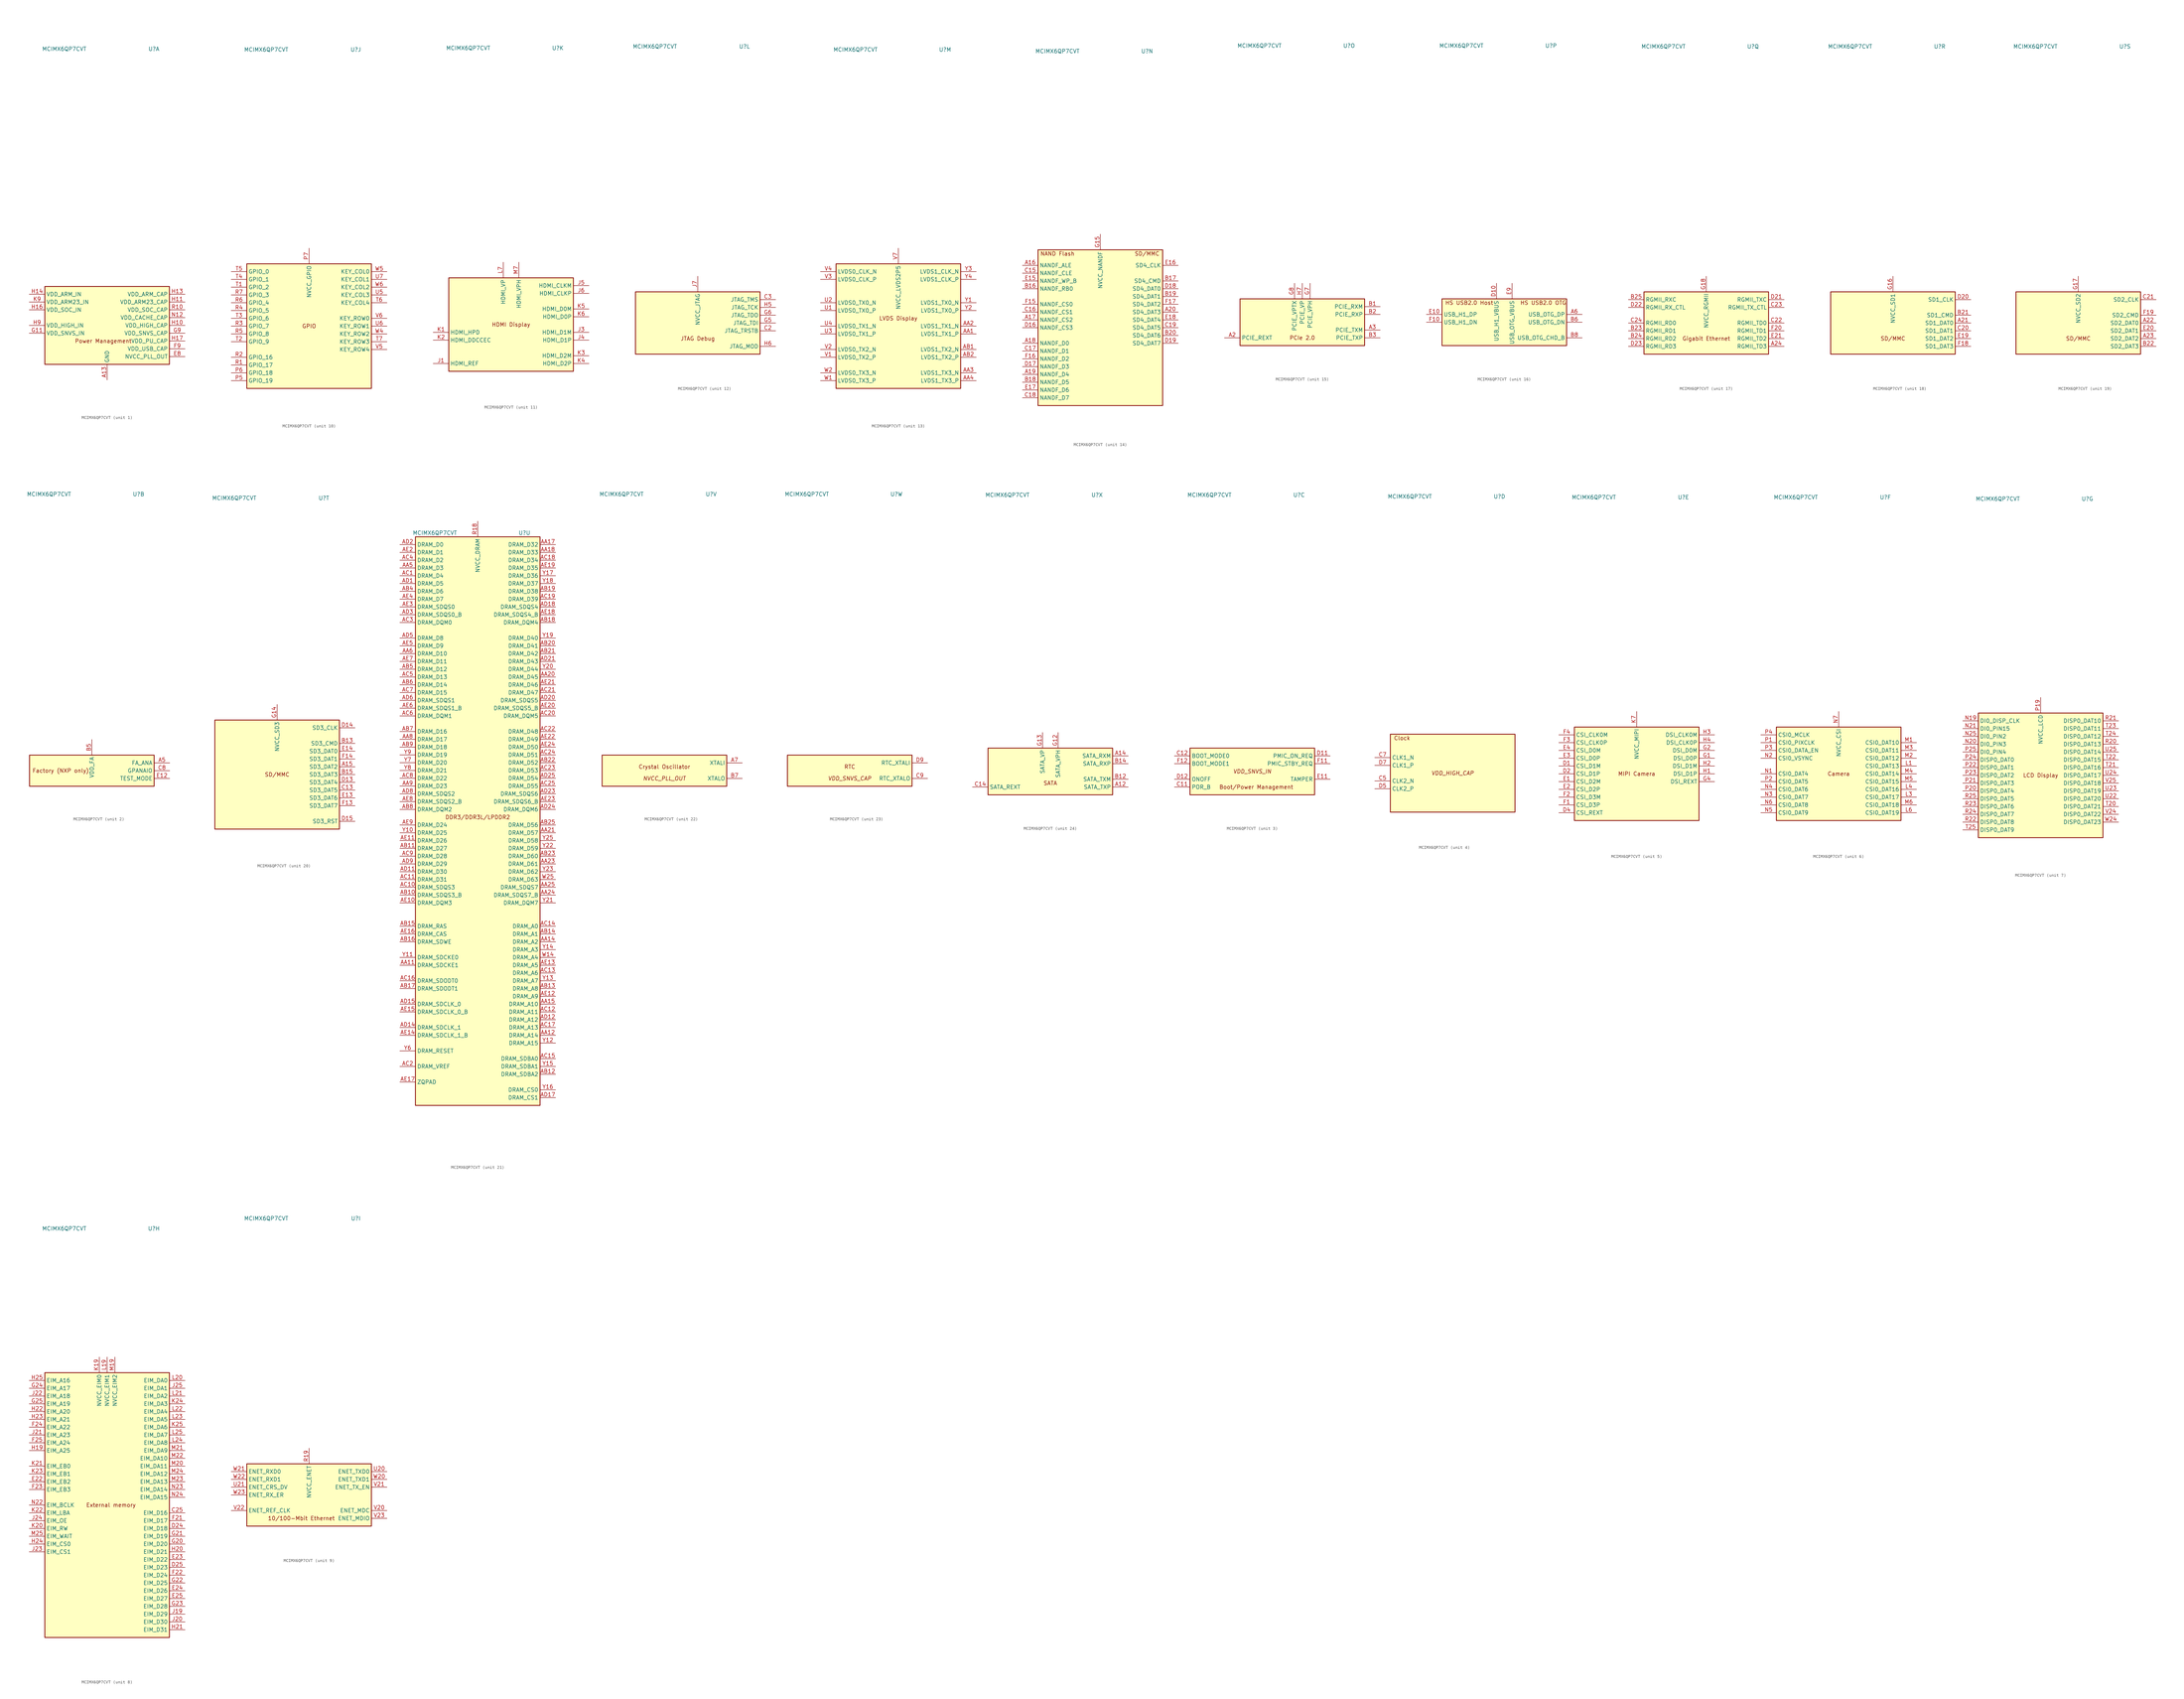
<source format=kicad_sym>
(kicad_symbol_lib
  (version 20231120)
  (generator "kicad_symbol_editor")
  (generator_version "8.0")
  (symbol "MCIMX6QP7CVT"
    (property "Reference" "U"
      (at 15.24 90.17 0)
      (effects (font (size 1.27 1.27))))
    (property "Value" "MCIMX6QP7CVT"
      (at -13.97 90.17 0)
      (effects (font (size 1.27 1.27))))
    (property "ki_locked" ""
      (at 0 0 0)
      (effects (font (size 1.27 1.27))))
    (symbol "MCIMX6QP7CVT_1_0"
      (text "Power Management" (at -1.27 -5.08 0) (effects (font (size 1.27 1.27)))))
    (symbol "MCIMX6QP7CVT_1_1"
      (rectangle (start -20.32 12.7) (end 20.32 -12.7) (stroke (width 0.254) (type default)) (fill (type background)))
      (pin power_in line (at 0 -17.78 90) (length 5.08) (name "GND" (effects (font (size 1.27 1.27)))) (number "A13" (effects (font (size 1.27 1.27)))))
      (pin passive line (at 0 -17.78 90) (length 5.08) hide (name "GND" (effects (font (size 1.27 1.27)))) (number "A25" (effects (font (size 1.27 1.27)))))
      (pin passive line (at 0 -17.78 90) (length 5.08) hide (name "GND" (effects (font (size 1.27 1.27)))) (number "A4" (effects (font (size 1.27 1.27)))))
      (pin passive line (at 0 -17.78 90) (length 5.08) hide (name "GND" (effects (font (size 1.27 1.27)))) (number "A8" (effects (font (size 1.27 1.27)))))
      (pin passive line (at 0 -17.78 90) (length 5.08) hide (name "GND" (effects (font (size 1.27 1.27)))) (number "AA10" (effects (font (size 1.27 1.27)))))
      (pin passive line (at 0 -17.78 90) (length 5.08) hide (name "GND" (effects (font (size 1.27 1.27)))) (number "AA13" (effects (font (size 1.27 1.27)))))
      (pin passive line (at 0 -17.78 90) (length 5.08) hide (name "GND" (effects (font (size 1.27 1.27)))) (number "AA16" (effects (font (size 1.27 1.27)))))
      (pin passive line (at 0 -17.78 90) (length 5.08) hide (name "GND" (effects (font (size 1.27 1.27)))) (number "AA19" (effects (font (size 1.27 1.27)))))
      (pin passive line (at 0 -17.78 90) (length 5.08) hide (name "GND" (effects (font (size 1.27 1.27)))) (number "AA22" (effects (font (size 1.27 1.27)))))
      (pin passive line (at 0 -17.78 90) (length 5.08) hide (name "GND" (effects (font (size 1.27 1.27)))) (number "AA7" (effects (font (size 1.27 1.27)))))
      (pin passive line (at 0 -17.78 90) (length 5.08) hide (name "GND" (effects (font (size 1.27 1.27)))) (number "AB24" (effects (font (size 1.27 1.27)))))
      (pin passive line (at 0 -17.78 90) (length 5.08) hide (name "GND" (effects (font (size 1.27 1.27)))) (number "AB3" (effects (font (size 1.27 1.27)))))
      (pin passive line (at 0 -17.78 90) (length 5.08) hide (name "GND" (effects (font (size 1.27 1.27)))) (number "AD10" (effects (font (size 1.27 1.27)))))
      (pin passive line (at 0 -17.78 90) (length 5.08) hide (name "GND" (effects (font (size 1.27 1.27)))) (number "AD13" (effects (font (size 1.27 1.27)))))
      (pin passive line (at 0 -17.78 90) (length 5.08) hide (name "GND" (effects (font (size 1.27 1.27)))) (number "AD16" (effects (font (size 1.27 1.27)))))
      (pin passive line (at 0 -17.78 90) (length 5.08) hide (name "GND" (effects (font (size 1.27 1.27)))) (number "AD19" (effects (font (size 1.27 1.27)))))
      (pin passive line (at 0 -17.78 90) (length 5.08) hide (name "GND" (effects (font (size 1.27 1.27)))) (number "AD22" (effects (font (size 1.27 1.27)))))
      (pin passive line (at 0 -17.78 90) (length 5.08) hide (name "GND" (effects (font (size 1.27 1.27)))) (number "AD4" (effects (font (size 1.27 1.27)))))
      (pin passive line (at 0 -17.78 90) (length 5.08) hide (name "GND" (effects (font (size 1.27 1.27)))) (number "AD7" (effects (font (size 1.27 1.27)))))
      (pin passive line (at 0 -17.78 90) (length 5.08) hide (name "GND" (effects (font (size 1.27 1.27)))) (number "AE1" (effects (font (size 1.27 1.27)))))
      (pin passive line (at 0 -17.78 90) (length 5.08) hide (name "GND" (effects (font (size 1.27 1.27)))) (number "AE25" (effects (font (size 1.27 1.27)))))
      (pin passive line (at 0 -17.78 90) (length 5.08) hide (name "GND" (effects (font (size 1.27 1.27)))) (number "B4" (effects (font (size 1.27 1.27)))))
      (pin passive line (at 0 -17.78 90) (length 5.08) hide (name "GND" (effects (font (size 1.27 1.27)))) (number "C1" (effects (font (size 1.27 1.27)))))
      (pin passive line (at 0 -17.78 90) (length 5.08) hide (name "GND" (effects (font (size 1.27 1.27)))) (number "C10" (effects (font (size 1.27 1.27)))))
      (pin passive line (at 0 -17.78 90) (length 5.08) hide (name "GND" (effects (font (size 1.27 1.27)))) (number "C4" (effects (font (size 1.27 1.27)))))
      (pin passive line (at 0 -17.78 90) (length 5.08) hide (name "GND" (effects (font (size 1.27 1.27)))) (number "C6" (effects (font (size 1.27 1.27)))))
      (pin passive line (at 0 -17.78 90) (length 5.08) hide (name "GND" (effects (font (size 1.27 1.27)))) (number "D3" (effects (font (size 1.27 1.27)))))
      (pin passive line (at 0 -17.78 90) (length 5.08) hide (name "GND" (effects (font (size 1.27 1.27)))) (number "D6" (effects (font (size 1.27 1.27)))))
      (pin passive line (at 0 -17.78 90) (length 5.08) hide (name "GND" (effects (font (size 1.27 1.27)))) (number "D8" (effects (font (size 1.27 1.27)))))
      (pin passive line (at 0 -17.78 90) (length 5.08) hide (name "GND" (effects (font (size 1.27 1.27)))) (number "E5" (effects (font (size 1.27 1.27)))))
      (pin passive line (at 0 -17.78 90) (length 5.08) hide (name "GND" (effects (font (size 1.27 1.27)))) (number "E6" (effects (font (size 1.27 1.27)))))
      (pin passive line (at 0 -17.78 90) (length 5.08) hide (name "GND" (effects (font (size 1.27 1.27)))) (number "E7" (effects (font (size 1.27 1.27)))))
      (pin power_out line (at 25.4 -10.16 180) (length 5.08) (name "NVCC_PLL_OUT" (effects (font (size 1.27 1.27)))) (number "E8" (effects (font (size 1.27 1.27)))))
      (pin passive line (at 0 -17.78 90) (length 5.08) hide (name "GND" (effects (font (size 1.27 1.27)))) (number "F5" (effects (font (size 1.27 1.27)))))
      (pin passive line (at 0 -17.78 90) (length 5.08) hide (name "GND" (effects (font (size 1.27 1.27)))) (number "F6" (effects (font (size 1.27 1.27)))))
      (pin passive line (at 0 -17.78 90) (length 5.08) hide (name "GND" (effects (font (size 1.27 1.27)))) (number "F7" (effects (font (size 1.27 1.27)))))
      (pin passive line (at 0 -17.78 90) (length 5.08) hide (name "GND" (effects (font (size 1.27 1.27)))) (number "F8" (effects (font (size 1.27 1.27)))))
      (pin power_out line (at 25.4 -7.62 180) (length 5.08) (name "VDD_USB_CAP" (effects (font (size 1.27 1.27)))) (number "F9" (effects (font (size 1.27 1.27)))))
      (pin passive line (at 0 -17.78 90) (length 5.08) hide (name "GND" (effects (font (size 1.27 1.27)))) (number "G10" (effects (font (size 1.27 1.27)))))
      (pin power_in line (at -25.4 -2.54 0) (length 5.08) (name "VDD_SNVS_IN" (effects (font (size 1.27 1.27)))) (number "G11" (effects (font (size 1.27 1.27)))))
      (pin passive line (at 0 -17.78 90) (length 5.08) hide (name "GND" (effects (font (size 1.27 1.27)))) (number "G19" (effects (font (size 1.27 1.27)))))
      (pin passive line (at 0 -17.78 90) (length 5.08) hide (name "GND" (effects (font (size 1.27 1.27)))) (number "G3" (effects (font (size 1.27 1.27)))))
      (pin power_out line (at 25.4 -2.54 180) (length 5.08) (name "VDD_SNVS_CAP" (effects (font (size 1.27 1.27)))) (number "G9" (effects (font (size 1.27 1.27)))))
      (pin power_out line (at 25.4 0 180) (length 5.08) (name "VDD_HIGH_CAP" (effects (font (size 1.27 1.27)))) (number "H10" (effects (font (size 1.27 1.27)))))
      (pin power_out line (at 25.4 7.62 180) (length 5.08) (name "VDD_ARM23_CAP" (effects (font (size 1.27 1.27)))) (number "H11" (effects (font (size 1.27 1.27)))))
      (pin passive line (at 0 -17.78 90) (length 5.08) hide (name "GND" (effects (font (size 1.27 1.27)))) (number "H12" (effects (font (size 1.27 1.27)))))
      (pin power_out line (at 25.4 10.16 180) (length 5.08) (name "VDD_ARM_CAP" (effects (font (size 1.27 1.27)))) (number "H13" (effects (font (size 1.27 1.27)))))
      (pin power_in line (at -25.4 10.16 0) (length 5.08) (name "VDD_ARM_IN" (effects (font (size 1.27 1.27)))) (number "H14" (effects (font (size 1.27 1.27)))))
      (pin passive line (at 0 -17.78 90) (length 5.08) hide (name "GND" (effects (font (size 1.27 1.27)))) (number "H15" (effects (font (size 1.27 1.27)))))
      (pin power_in line (at -25.4 5.08 0) (length 5.08) (name "VDD_SOC_IN" (effects (font (size 1.27 1.27)))) (number "H16" (effects (font (size 1.27 1.27)))))
      (pin power_out line (at 25.4 -5.08 180) (length 5.08) (name "VDD_PU_CAP" (effects (font (size 1.27 1.27)))) (number "H17" (effects (font (size 1.27 1.27)))))
      (pin passive line (at 0 -17.78 90) (length 5.08) hide (name "GND" (effects (font (size 1.27 1.27)))) (number "H18" (effects (font (size 1.27 1.27)))))
      (pin passive line (at 0 -17.78 90) (length 5.08) hide (name "GND" (effects (font (size 1.27 1.27)))) (number "H8" (effects (font (size 1.27 1.27)))))
      (pin power_in line (at -25.4 0 0) (length 5.08) (name "VDD_HIGH_IN" (effects (font (size 1.27 1.27)))) (number "H9" (effects (font (size 1.27 1.27)))))
      (pin passive line (at 25.4 0 180) (length 5.08) hide (name "VDD_HIGH_CAP" (effects (font (size 1.27 1.27)))) (number "J10" (effects (font (size 1.27 1.27)))))
      (pin passive line (at 25.4 7.62 180) (length 5.08) hide (name "VDD_ARM23_CAP" (effects (font (size 1.27 1.27)))) (number "J11" (effects (font (size 1.27 1.27)))))
      (pin passive line (at 0 -17.78 90) (length 5.08) hide (name "GND" (effects (font (size 1.27 1.27)))) (number "J12" (effects (font (size 1.27 1.27)))))
      (pin passive line (at 25.4 10.16 180) (length 5.08) hide (name "VDD_ARM_CAP" (effects (font (size 1.27 1.27)))) (number "J13" (effects (font (size 1.27 1.27)))))
      (pin passive line (at -25.4 10.16 0) (length 5.08) hide (name "VDD_ARM_IN" (effects (font (size 1.27 1.27)))) (number "J14" (effects (font (size 1.27 1.27)))))
      (pin passive line (at 0 -17.78 90) (length 5.08) hide (name "GND" (effects (font (size 1.27 1.27)))) (number "J15" (effects (font (size 1.27 1.27)))))
      (pin passive line (at -25.4 5.08 0) (length 5.08) hide (name "VDD_SOC_IN" (effects (font (size 1.27 1.27)))) (number "J16" (effects (font (size 1.27 1.27)))))
      (pin passive line (at 25.4 -5.08 180) (length 5.08) hide (name "VDD_PU_CAP" (effects (font (size 1.27 1.27)))) (number "J17" (effects (font (size 1.27 1.27)))))
      (pin passive line (at 0 -17.78 90) (length 5.08) hide (name "GND" (effects (font (size 1.27 1.27)))) (number "J18" (effects (font (size 1.27 1.27)))))
      (pin passive line (at 0 -17.78 90) (length 5.08) hide (name "GND" (effects (font (size 1.27 1.27)))) (number "J2" (effects (font (size 1.27 1.27)))))
      (pin passive line (at 0 -17.78 90) (length 5.08) hide (name "GND" (effects (font (size 1.27 1.27)))) (number "J8" (effects (font (size 1.27 1.27)))))
      (pin passive line (at -25.4 0 0) (length 5.08) hide (name "VDD_HIGH_IN" (effects (font (size 1.27 1.27)))) (number "J9" (effects (font (size 1.27 1.27)))))
      (pin passive line (at 0 -17.78 90) (length 5.08) hide (name "GND" (effects (font (size 1.27 1.27)))) (number "K10" (effects (font (size 1.27 1.27)))))
      (pin passive line (at 25.4 7.62 180) (length 5.08) hide (name "VDD_ARM23_CAP" (effects (font (size 1.27 1.27)))) (number "K11" (effects (font (size 1.27 1.27)))))
      (pin passive line (at 0 -17.78 90) (length 5.08) hide (name "GND" (effects (font (size 1.27 1.27)))) (number "K12" (effects (font (size 1.27 1.27)))))
      (pin passive line (at 25.4 10.16 180) (length 5.08) hide (name "VDD_ARM_CAP" (effects (font (size 1.27 1.27)))) (number "K13" (effects (font (size 1.27 1.27)))))
      (pin passive line (at -25.4 10.16 0) (length 5.08) hide (name "VDD_ARM_IN" (effects (font (size 1.27 1.27)))) (number "K14" (effects (font (size 1.27 1.27)))))
      (pin passive line (at 0 -17.78 90) (length 5.08) hide (name "GND" (effects (font (size 1.27 1.27)))) (number "K15" (effects (font (size 1.27 1.27)))))
      (pin passive line (at -25.4 5.08 0) (length 5.08) hide (name "VDD_SOC_IN" (effects (font (size 1.27 1.27)))) (number "K16" (effects (font (size 1.27 1.27)))))
      (pin passive line (at 25.4 -5.08 180) (length 5.08) hide (name "VDD_PU_CAP" (effects (font (size 1.27 1.27)))) (number "K17" (effects (font (size 1.27 1.27)))))
      (pin passive line (at 0 -17.78 90) (length 5.08) hide (name "GND" (effects (font (size 1.27 1.27)))) (number "K18" (effects (font (size 1.27 1.27)))))
      (pin passive line (at 0 -17.78 90) (length 5.08) hide (name "GND" (effects (font (size 1.27 1.27)))) (number "K8" (effects (font (size 1.27 1.27)))))
      (pin power_in line (at -25.4 7.62 0) (length 5.08) (name "VDD_ARM23_IN" (effects (font (size 1.27 1.27)))) (number "K9" (effects (font (size 1.27 1.27)))))
      (pin passive line (at 0 -17.78 90) (length 5.08) hide (name "GND" (effects (font (size 1.27 1.27)))) (number "L10" (effects (font (size 1.27 1.27)))))
      (pin passive line (at 25.4 7.62 180) (length 5.08) hide (name "VDD_ARM23_CAP" (effects (font (size 1.27 1.27)))) (number "L11" (effects (font (size 1.27 1.27)))))
      (pin passive line (at 0 -17.78 90) (length 5.08) hide (name "GND" (effects (font (size 1.27 1.27)))) (number "L12" (effects (font (size 1.27 1.27)))))
      (pin passive line (at 25.4 10.16 180) (length 5.08) hide (name "VDD_ARM_CAP" (effects (font (size 1.27 1.27)))) (number "L13" (effects (font (size 1.27 1.27)))))
      (pin passive line (at -25.4 10.16 0) (length 5.08) hide (name "VDD_ARM_IN" (effects (font (size 1.27 1.27)))) (number "L14" (effects (font (size 1.27 1.27)))))
      (pin passive line (at 0 -17.78 90) (length 5.08) hide (name "GND" (effects (font (size 1.27 1.27)))) (number "L15" (effects (font (size 1.27 1.27)))))
      (pin passive line (at -25.4 5.08 0) (length 5.08) hide (name "VDD_SOC_IN" (effects (font (size 1.27 1.27)))) (number "L16" (effects (font (size 1.27 1.27)))))
      (pin passive line (at 25.4 -5.08 180) (length 5.08) hide (name "VDD_PU_CAP" (effects (font (size 1.27 1.27)))) (number "L17" (effects (font (size 1.27 1.27)))))
      (pin passive line (at 0 -17.78 90) (length 5.08) hide (name "GND" (effects (font (size 1.27 1.27)))) (number "L18" (effects (font (size 1.27 1.27)))))
      (pin passive line (at 0 -17.78 90) (length 5.08) hide (name "GND" (effects (font (size 1.27 1.27)))) (number "L2" (effects (font (size 1.27 1.27)))))
      (pin passive line (at 0 -17.78 90) (length 5.08) hide (name "GND" (effects (font (size 1.27 1.27)))) (number "L5" (effects (font (size 1.27 1.27)))))
      (pin passive line (at 0 -17.78 90) (length 5.08) hide (name "GND" (effects (font (size 1.27 1.27)))) (number "L8" (effects (font (size 1.27 1.27)))))
      (pin passive line (at -25.4 7.62 0) (length 5.08) hide (name "VDD_ARM23_IN" (effects (font (size 1.27 1.27)))) (number "L9" (effects (font (size 1.27 1.27)))))
      (pin passive line (at 0 -17.78 90) (length 5.08) hide (name "GND" (effects (font (size 1.27 1.27)))) (number "M10" (effects (font (size 1.27 1.27)))))
      (pin passive line (at 25.4 7.62 180) (length 5.08) hide (name "VDD_ARM23_CAP" (effects (font (size 1.27 1.27)))) (number "M11" (effects (font (size 1.27 1.27)))))
      (pin passive line (at 0 -17.78 90) (length 5.08) hide (name "GND" (effects (font (size 1.27 1.27)))) (number "M12" (effects (font (size 1.27 1.27)))))
      (pin passive line (at 25.4 10.16 180) (length 5.08) hide (name "VDD_ARM_CAP" (effects (font (size 1.27 1.27)))) (number "M13" (effects (font (size 1.27 1.27)))))
      (pin passive line (at -25.4 10.16 0) (length 5.08) hide (name "VDD_ARM_IN" (effects (font (size 1.27 1.27)))) (number "M14" (effects (font (size 1.27 1.27)))))
      (pin passive line (at 0 -17.78 90) (length 5.08) hide (name "GND" (effects (font (size 1.27 1.27)))) (number "M15" (effects (font (size 1.27 1.27)))))
      (pin passive line (at -25.4 5.08 0) (length 5.08) hide (name "VDD_SOC_IN" (effects (font (size 1.27 1.27)))) (number "M16" (effects (font (size 1.27 1.27)))))
      (pin passive line (at 25.4 -5.08 180) (length 5.08) hide (name "VDD_PU_CAP" (effects (font (size 1.27 1.27)))) (number "M17" (effects (font (size 1.27 1.27)))))
      (pin passive line (at 0 -17.78 90) (length 5.08) hide (name "GND" (effects (font (size 1.27 1.27)))) (number "M18" (effects (font (size 1.27 1.27)))))
      (pin passive line (at 0 -17.78 90) (length 5.08) hide (name "GND" (effects (font (size 1.27 1.27)))) (number "M8" (effects (font (size 1.27 1.27)))))
      (pin passive line (at -25.4 7.62 0) (length 5.08) hide (name "VDD_ARM23_IN" (effects (font (size 1.27 1.27)))) (number "M9" (effects (font (size 1.27 1.27)))))
      (pin passive line (at 0 -17.78 90) (length 5.08) hide (name "GND" (effects (font (size 1.27 1.27)))) (number "N10" (effects (font (size 1.27 1.27)))))
      (pin passive line (at 25.4 7.62 180) (length 5.08) hide (name "VDD_ARM23_CAP" (effects (font (size 1.27 1.27)))) (number "N11" (effects (font (size 1.27 1.27)))))
      (pin power_in line (at 25.4 2.54 180) (length 5.08) (name "VDD_CACHE_CAP" (effects (font (size 1.27 1.27)))) (number "N12" (effects (font (size 1.27 1.27)))))
      (pin passive line (at 25.4 10.16 180) (length 5.08) hide (name "VDD_ARM_CAP" (effects (font (size 1.27 1.27)))) (number "N13" (effects (font (size 1.27 1.27)))))
      (pin passive line (at -25.4 10.16 0) (length 5.08) hide (name "VDD_ARM_IN" (effects (font (size 1.27 1.27)))) (number "N14" (effects (font (size 1.27 1.27)))))
      (pin passive line (at 0 -17.78 90) (length 5.08) hide (name "GND" (effects (font (size 1.27 1.27)))) (number "N15" (effects (font (size 1.27 1.27)))))
      (pin passive line (at -25.4 5.08 0) (length 5.08) hide (name "VDD_SOC_IN" (effects (font (size 1.27 1.27)))) (number "N16" (effects (font (size 1.27 1.27)))))
      (pin passive line (at 25.4 -5.08 180) (length 5.08) hide (name "VDD_PU_CAP" (effects (font (size 1.27 1.27)))) (number "N17" (effects (font (size 1.27 1.27)))))
      (pin passive line (at 0 -17.78 90) (length 5.08) hide (name "GND" (effects (font (size 1.27 1.27)))) (number "N18" (effects (font (size 1.27 1.27)))))
      (pin passive line (at 0 -17.78 90) (length 5.08) hide (name "GND" (effects (font (size 1.27 1.27)))) (number "N8" (effects (font (size 1.27 1.27)))))
      (pin passive line (at -25.4 7.62 0) (length 5.08) hide (name "VDD_ARM23_IN" (effects (font (size 1.27 1.27)))) (number "N9" (effects (font (size 1.27 1.27)))))
      (pin passive line (at 0 -17.78 90) (length 5.08) hide (name "GND" (effects (font (size 1.27 1.27)))) (number "P10" (effects (font (size 1.27 1.27)))))
      (pin passive line (at 25.4 7.62 180) (length 5.08) hide (name "VDD_ARM23_CAP" (effects (font (size 1.27 1.27)))) (number "P11" (effects (font (size 1.27 1.27)))))
      (pin passive line (at 0 -17.78 90) (length 5.08) hide (name "GND" (effects (font (size 1.27 1.27)))) (number "P12" (effects (font (size 1.27 1.27)))))
      (pin passive line (at 25.4 10.16 180) (length 5.08) hide (name "VDD_ARM_CAP" (effects (font (size 1.27 1.27)))) (number "P13" (effects (font (size 1.27 1.27)))))
      (pin passive line (at -25.4 10.16 0) (length 5.08) hide (name "VDD_ARM_IN" (effects (font (size 1.27 1.27)))) (number "P14" (effects (font (size 1.27 1.27)))))
      (pin passive line (at 0 -17.78 90) (length 5.08) hide (name "GND" (effects (font (size 1.27 1.27)))) (number "P15" (effects (font (size 1.27 1.27)))))
      (pin passive line (at -25.4 5.08 0) (length 5.08) hide (name "VDD_SOC_IN" (effects (font (size 1.27 1.27)))) (number "P16" (effects (font (size 1.27 1.27)))))
      (pin passive line (at 25.4 -5.08 180) (length 5.08) hide (name "VDD_PU_CAP" (effects (font (size 1.27 1.27)))) (number "P17" (effects (font (size 1.27 1.27)))))
      (pin passive line (at 0 -17.78 90) (length 5.08) hide (name "GND" (effects (font (size 1.27 1.27)))) (number "P18" (effects (font (size 1.27 1.27)))))
      (pin passive line (at 0 -17.78 90) (length 5.08) hide (name "GND" (effects (font (size 1.27 1.27)))) (number "P8" (effects (font (size 1.27 1.27)))))
      (pin passive line (at -25.4 7.62 0) (length 5.08) hide (name "VDD_ARM23_IN" (effects (font (size 1.27 1.27)))) (number "P9" (effects (font (size 1.27 1.27)))))
      (pin power_out line (at 25.4 5.08 180) (length 5.08) (name "VDD_SOC_CAP" (effects (font (size 1.27 1.27)))) (number "R10" (effects (font (size 1.27 1.27)))))
      (pin passive line (at 25.4 7.62 180) (length 5.08) hide (name "VDD_ARM23_CAP" (effects (font (size 1.27 1.27)))) (number "R11" (effects (font (size 1.27 1.27)))))
      (pin passive line (at 0 -17.78 90) (length 5.08) hide (name "GND" (effects (font (size 1.27 1.27)))) (number "R12" (effects (font (size 1.27 1.27)))))
      (pin passive line (at 25.4 10.16 180) (length 5.08) hide (name "VDD_ARM_CAP" (effects (font (size 1.27 1.27)))) (number "R13" (effects (font (size 1.27 1.27)))))
      (pin passive line (at -25.4 10.16 0) (length 5.08) hide (name "VDD_ARM_IN" (effects (font (size 1.27 1.27)))) (number "R14" (effects (font (size 1.27 1.27)))))
      (pin passive line (at 0 -17.78 90) (length 5.08) hide (name "GND" (effects (font (size 1.27 1.27)))) (number "R15" (effects (font (size 1.27 1.27)))))
      (pin passive line (at -25.4 5.08 0) (length 5.08) hide (name "VDD_SOC_IN" (effects (font (size 1.27 1.27)))) (number "R16" (effects (font (size 1.27 1.27)))))
      (pin passive line (at 0 -17.78 90) (length 5.08) hide (name "GND" (effects (font (size 1.27 1.27)))) (number "R17" (effects (font (size 1.27 1.27)))))
      (pin passive line (at 0 -17.78 90) (length 5.08) hide (name "GND" (effects (font (size 1.27 1.27)))) (number "R8" (effects (font (size 1.27 1.27)))))
      (pin passive line (at -25.4 7.62 0) (length 5.08) hide (name "VDD_ARM23_IN" (effects (font (size 1.27 1.27)))) (number "R9" (effects (font (size 1.27 1.27)))))
      (pin passive line (at 25.4 5.08 180) (length 5.08) hide (name "VDD_SOC_CAP" (effects (font (size 1.27 1.27)))) (number "T10" (effects (font (size 1.27 1.27)))))
      (pin passive line (at 0 -17.78 90) (length 5.08) hide (name "GND" (effects (font (size 1.27 1.27)))) (number "T11" (effects (font (size 1.27 1.27)))))
      (pin passive line (at 0 -17.78 90) (length 5.08) hide (name "GND" (effects (font (size 1.27 1.27)))) (number "T12" (effects (font (size 1.27 1.27)))))
      (pin passive line (at 25.4 5.08 180) (length 5.08) hide (name "VDD_SOC_CAP" (effects (font (size 1.27 1.27)))) (number "T13" (effects (font (size 1.27 1.27)))))
      (pin passive line (at 25.4 5.08 180) (length 5.08) hide (name "VDD_SOC_CAP" (effects (font (size 1.27 1.27)))) (number "T14" (effects (font (size 1.27 1.27)))))
      (pin passive line (at 0 -17.78 90) (length 5.08) hide (name "GND" (effects (font (size 1.27 1.27)))) (number "T15" (effects (font (size 1.27 1.27)))))
      (pin passive line (at -25.4 5.08 0) (length 5.08) hide (name "VDD_SOC_IN" (effects (font (size 1.27 1.27)))) (number "T16" (effects (font (size 1.27 1.27)))))
      (pin passive line (at 0 -17.78 90) (length 5.08) hide (name "GND" (effects (font (size 1.27 1.27)))) (number "T17" (effects (font (size 1.27 1.27)))))
      (pin passive line (at 0 -17.78 90) (length 5.08) hide (name "GND" (effects (font (size 1.27 1.27)))) (number "T19" (effects (font (size 1.27 1.27)))))
      (pin passive line (at 0 -17.78 90) (length 5.08) hide (name "GND" (effects (font (size 1.27 1.27)))) (number "T8" (effects (font (size 1.27 1.27)))))
      (pin passive line (at -25.4 7.62 0) (length 5.08) hide (name "VDD_ARM23_IN" (effects (font (size 1.27 1.27)))) (number "T9" (effects (font (size 1.27 1.27)))))
      (pin passive line (at 25.4 5.08 180) (length 5.08) hide (name "VDD_SOC_CAP" (effects (font (size 1.27 1.27)))) (number "U10" (effects (font (size 1.27 1.27)))))
      (pin passive line (at 0 -17.78 90) (length 5.08) hide (name "GND" (effects (font (size 1.27 1.27)))) (number "U11" (effects (font (size 1.27 1.27)))))
      (pin passive line (at 0 -17.78 90) (length 5.08) hide (name "GND" (effects (font (size 1.27 1.27)))) (number "U12" (effects (font (size 1.27 1.27)))))
      (pin passive line (at 25.4 5.08 180) (length 5.08) hide (name "VDD_SOC_CAP" (effects (font (size 1.27 1.27)))) (number "U13" (effects (font (size 1.27 1.27)))))
      (pin passive line (at 25.4 5.08 180) (length 5.08) hide (name "VDD_SOC_CAP" (effects (font (size 1.27 1.27)))) (number "U14" (effects (font (size 1.27 1.27)))))
      (pin passive line (at 0 -17.78 90) (length 5.08) hide (name "GND" (effects (font (size 1.27 1.27)))) (number "U15" (effects (font (size 1.27 1.27)))))
      (pin passive line (at -25.4 5.08 0) (length 5.08) hide (name "VDD_SOC_IN" (effects (font (size 1.27 1.27)))) (number "U16" (effects (font (size 1.27 1.27)))))
      (pin passive line (at 0 -17.78 90) (length 5.08) hide (name "GND" (effects (font (size 1.27 1.27)))) (number "U17" (effects (font (size 1.27 1.27)))))
      (pin passive line (at 0 -17.78 90) (length 5.08) hide (name "GND" (effects (font (size 1.27 1.27)))) (number "U19" (effects (font (size 1.27 1.27)))))
      (pin passive line (at 0 -17.78 90) (length 5.08) hide (name "GND" (effects (font (size 1.27 1.27)))) (number "U8" (effects (font (size 1.27 1.27)))))
      (pin passive line (at -25.4 7.62 0) (length 5.08) hide (name "VDD_ARM23_IN" (effects (font (size 1.27 1.27)))) (number "U9" (effects (font (size 1.27 1.27)))))
      (pin passive line (at 0 -17.78 90) (length 5.08) hide (name "GND" (effects (font (size 1.27 1.27)))) (number "V19" (effects (font (size 1.27 1.27)))))
      (pin passive line (at 0 -17.78 90) (length 5.08) hide (name "GND" (effects (font (size 1.27 1.27)))) (number "V8" (effects (font (size 1.27 1.27)))))
      (pin passive line (at 0 -17.78 90) (length 5.08) hide (name "GND" (effects (font (size 1.27 1.27)))) (number "W10" (effects (font (size 1.27 1.27)))))
      (pin passive line (at 0 -17.78 90) (length 5.08) hide (name "GND" (effects (font (size 1.27 1.27)))) (number "W11" (effects (font (size 1.27 1.27)))))
      (pin passive line (at 0 -17.78 90) (length 5.08) hide (name "GND" (effects (font (size 1.27 1.27)))) (number "W12" (effects (font (size 1.27 1.27)))))
      (pin passive line (at 0 -17.78 90) (length 5.08) hide (name "GND" (effects (font (size 1.27 1.27)))) (number "W13" (effects (font (size 1.27 1.27)))))
      (pin passive line (at 0 -17.78 90) (length 5.08) hide (name "GND" (effects (font (size 1.27 1.27)))) (number "W15" (effects (font (size 1.27 1.27)))))
      (pin passive line (at 0 -17.78 90) (length 5.08) hide (name "GND" (effects (font (size 1.27 1.27)))) (number "W16" (effects (font (size 1.27 1.27)))))
      (pin passive line (at 0 -17.78 90) (length 5.08) hide (name "GND" (effects (font (size 1.27 1.27)))) (number "W17" (effects (font (size 1.27 1.27)))))
      (pin passive line (at 0 -17.78 90) (length 5.08) hide (name "GND" (effects (font (size 1.27 1.27)))) (number "W18" (effects (font (size 1.27 1.27)))))
      (pin passive line (at 0 -17.78 90) (length 5.08) hide (name "GND" (effects (font (size 1.27 1.27)))) (number "W19" (effects (font (size 1.27 1.27)))))
      (pin passive line (at 0 -17.78 90) (length 5.08) hide (name "GND" (effects (font (size 1.27 1.27)))) (number "W3" (effects (font (size 1.27 1.27)))))
      (pin passive line (at 0 -17.78 90) (length 5.08) hide (name "GND" (effects (font (size 1.27 1.27)))) (number "W7" (effects (font (size 1.27 1.27)))))
      (pin passive line (at 0 -17.78 90) (length 5.08) hide (name "GND" (effects (font (size 1.27 1.27)))) (number "W8" (effects (font (size 1.27 1.27)))))
      (pin passive line (at 0 -17.78 90) (length 5.08) hide (name "GND" (effects (font (size 1.27 1.27)))) (number "W9" (effects (font (size 1.27 1.27)))))
      (pin passive line (at 0 -17.78 90) (length 5.08) hide (name "GND" (effects (font (size 1.27 1.27)))) (number "Y24" (effects (font (size 1.27 1.27)))))
      (pin passive line (at 0 -17.78 90) (length 5.08) hide (name "GND" (effects (font (size 1.27 1.27)))) (number "Y5" (effects (font (size 1.27 1.27))))))
    (symbol "MCIMX6QP7CVT_2_0"
      (text "Factory (NXP only)" (at -10.16 0 0) (effects (font (size 1.27 1.27)))))
    (symbol "MCIMX6QP7CVT_2_1"
      (rectangle (start -20.32 5.08) (end 20.32 -5.08) (stroke (width 0.254) (type default)) (fill (type background)))
      (pin passive line (at 25.4 2.54 180) (length 5.08) (name "FA_ANA" (effects (font (size 1.27 1.27)))) (number "A5" (effects (font (size 1.27 1.27)))))
      (pin passive line (at 0 10.16 270) (length 5.08) (name "VDD_FA" (effects (font (size 1.27 1.27)))) (number "B5" (effects (font (size 1.27 1.27)))))
      (pin passive line (at 25.4 0 180) (length 5.08) (name "GPANAIO" (effects (font (size 1.27 1.27)))) (number "C8" (effects (font (size 1.27 1.27)))))
      (pin passive line (at 25.4 -2.54 180) (length 5.08) (name "TEST_MODE" (effects (font (size 1.27 1.27)))) (number "E12" (effects (font (size 1.27 1.27))))))
    (symbol "MCIMX6QP7CVT_3_0"
      (text "Boot/Power Management" (at 1.27 -5.08 0) (effects (font (size 1.27 1.27)))))
    (symbol "MCIMX6QP7CVT_3_1"
      (rectangle (start -20.32 7.62) (end 20.32 -7.62) (stroke (width 0.254) (type default)) (fill (type background)))
      (text "VDD_SNVS_IN" (at 0 0 0) (effects (font (size 1.27 1.27) (italic yes))))
      (pin input line (at -25.4 -5.08 0) (length 5.08) (name "POR_B" (effects (font (size 1.27 1.27)))) (number "C11" (effects (font (size 1.27 1.27)))))
      (pin input line (at -25.4 5.08 0) (length 5.08) (name "BOOT_MODE0" (effects (font (size 1.27 1.27)))) (number "C12" (effects (font (size 1.27 1.27)))))
      (pin output line (at 25.4 5.08 180) (length 5.08) (name "PMIC_ON_REQ" (effects (font (size 1.27 1.27)))) (number "D11" (effects (font (size 1.27 1.27)))))
      (pin input line (at -25.4 -2.54 0) (length 5.08) (name "ONOFF" (effects (font (size 1.27 1.27)))) (number "D12" (effects (font (size 1.27 1.27)))))
      (pin input line (at 25.4 -2.54 180) (length 5.08) (name "TAMPER" (effects (font (size 1.27 1.27)))) (number "E11" (effects (font (size 1.27 1.27)))))
      (pin output line (at 25.4 2.54 180) (length 5.08) (name "PMIC_STBY_REQ" (effects (font (size 1.27 1.27)))) (number "F11" (effects (font (size 1.27 1.27)))))
      (pin input line (at -25.4 2.54 0) (length 5.08) (name "BOOT_MODE1" (effects (font (size 1.27 1.27)))) (number "F12" (effects (font (size 1.27 1.27))))))
    (symbol "MCIMX6QP7CVT_4_0"
      (text "Clock" (at -16.51 11.43 0) (effects (font (size 1.27 1.27)))))
    (symbol "MCIMX6QP7CVT_4_1"
      (rectangle (start -20.32 12.7) (end 20.32 -12.7) (stroke (width 0.254) (type default)) (fill (type background)))
      (text "VDD_HIGH_CAP" (at 0 0 0) (effects (font (size 1.27 1.27) (italic yes))))
      (pin no_connect line (at 17.78 -2.54 180) (length 5.08) hide (name "NC" (effects (font (size 1.27 1.27)))) (number "A10" (effects (font (size 1.27 1.27)))))
      (pin no_connect line (at 17.78 7.62 180) (length 5.08) hide (name "NC" (effects (font (size 1.27 1.27)))) (number "A11" (effects (font (size 1.27 1.27)))))
      (pin no_connect line (at 17.78 -7.62 180) (length 5.08) hide (name "NC" (effects (font (size 1.27 1.27)))) (number "A9" (effects (font (size 1.27 1.27)))))
      (pin no_connect line (at 17.78 0 180) (length 5.08) hide (name "NC" (effects (font (size 1.27 1.27)))) (number "B10" (effects (font (size 1.27 1.27)))))
      (pin no_connect line (at 17.78 5.08 180) (length 5.08) hide (name "NC" (effects (font (size 1.27 1.27)))) (number "B11" (effects (font (size 1.27 1.27)))))
      (pin no_connect line (at 17.78 -10.16 180) (length 5.08) hide (name "NC" (effects (font (size 1.27 1.27)))) (number "B9" (effects (font (size 1.27 1.27)))))
      (pin bidirectional line (at -25.4 -2.54 0) (length 5.08) (name "CLK2_N" (effects (font (size 1.27 1.27)))) (number "C5" (effects (font (size 1.27 1.27)))))
      (pin bidirectional line (at -25.4 5.08 0) (length 5.08) (name "CLK1_N" (effects (font (size 1.27 1.27)))) (number "C7" (effects (font (size 1.27 1.27)))))
      (pin bidirectional line (at -25.4 -5.08 0) (length 5.08) (name "CLK2_P" (effects (font (size 1.27 1.27)))) (number "D5" (effects (font (size 1.27 1.27)))))
      (pin bidirectional line (at -25.4 2.54 0) (length 5.08) (name "CLK1_P" (effects (font (size 1.27 1.27)))) (number "D7" (effects (font (size 1.27 1.27))))))
    (symbol "MCIMX6QP7CVT_5_0"
      (text "MIPI Camera" (at 0 0 0) (effects (font (size 1.27 1.27)))))
    (symbol "MCIMX6QP7CVT_5_1"
      (rectangle (start -20.32 15.24) (end 20.32 -15.24) (stroke (width 0.254) (type default)) (fill (type background)))
      (pin input line (at -25.4 2.54 0) (length 5.08) (name "CSI_D1M" (effects (font (size 1.27 1.27)))) (number "D1" (effects (font (size 1.27 1.27)))))
      (pin input line (at -25.4 0 0) (length 5.08) (name "CSI_D1P" (effects (font (size 1.27 1.27)))) (number "D2" (effects (font (size 1.27 1.27)))))
      (pin passive line (at -25.4 -12.7 0) (length 5.08) (name "CSI_REXT" (effects (font (size 1.27 1.27)))) (number "D4" (effects (font (size 1.27 1.27)))))
      (pin input line (at -25.4 -2.54 0) (length 5.08) (name "CSI_D2M" (effects (font (size 1.27 1.27)))) (number "E1" (effects (font (size 1.27 1.27)))))
      (pin input line (at -25.4 -5.08 0) (length 5.08) (name "CSI_D2P" (effects (font (size 1.27 1.27)))) (number "E2" (effects (font (size 1.27 1.27)))))
      (pin input line (at -25.4 5.08 0) (length 5.08) (name "CSI_D0P" (effects (font (size 1.27 1.27)))) (number "E3" (effects (font (size 1.27 1.27)))))
      (pin input line (at -25.4 7.62 0) (length 5.08) (name "CSI_D0M" (effects (font (size 1.27 1.27)))) (number "E4" (effects (font (size 1.27 1.27)))))
      (pin input line (at -25.4 -10.16 0) (length 5.08) (name "CSI_D3P" (effects (font (size 1.27 1.27)))) (number "F1" (effects (font (size 1.27 1.27)))))
      (pin input line (at -25.4 -7.62 0) (length 5.08) (name "CSI_D3M" (effects (font (size 1.27 1.27)))) (number "F2" (effects (font (size 1.27 1.27)))))
      (pin input line (at -25.4 10.16 0) (length 5.08) (name "CSI_CLK0P" (effects (font (size 1.27 1.27)))) (number "F3" (effects (font (size 1.27 1.27)))))
      (pin input line (at -25.4 12.7 0) (length 5.08) (name "CSI_CLK0M" (effects (font (size 1.27 1.27)))) (number "F4" (effects (font (size 1.27 1.27)))))
      (pin output line (at 25.4 5.08 180) (length 5.08) (name "DSI_D0P" (effects (font (size 1.27 1.27)))) (number "G1" (effects (font (size 1.27 1.27)))))
      (pin output line (at 25.4 7.62 180) (length 5.08) (name "DSI_D0M" (effects (font (size 1.27 1.27)))) (number "G2" (effects (font (size 1.27 1.27)))))
      (pin passive line (at 25.4 -2.54 180) (length 5.08) (name "DSI_REXT" (effects (font (size 1.27 1.27)))) (number "G4" (effects (font (size 1.27 1.27)))))
      (pin output line (at 25.4 0 180) (length 5.08) (name "DSI_D1P" (effects (font (size 1.27 1.27)))) (number "H1" (effects (font (size 1.27 1.27)))))
      (pin output line (at 25.4 2.54 180) (length 5.08) (name "DSI_D1M" (effects (font (size 1.27 1.27)))) (number "H2" (effects (font (size 1.27 1.27)))))
      (pin output line (at 25.4 12.7 180) (length 5.08) (name "DSI_CLK0M" (effects (font (size 1.27 1.27)))) (number "H3" (effects (font (size 1.27 1.27)))))
      (pin output line (at 25.4 10.16 180) (length 5.08) (name "DSI_CLK0P" (effects (font (size 1.27 1.27)))) (number "H4" (effects (font (size 1.27 1.27)))))
      (pin power_in line (at 0 20.32 270) (length 5.08) (name "NVCC_MIPI" (effects (font (size 1.27 1.27)))) (number "K7" (effects (font (size 1.27 1.27))))))
    (symbol "MCIMX6QP7CVT_6_0"
      (text "Camera" (at 0 0 0) (effects (font (size 1.27 1.27)))))
    (symbol "MCIMX6QP7CVT_6_1"
      (rectangle (start -20.32 15.24) (end 20.32 -15.24) (stroke (width 0.254) (type default)) (fill (type background)))
      (pin bidirectional line (at 25.4 2.54 180) (length 5.08) (name "CSI0_DAT13" (effects (font (size 1.27 1.27)))) (number "L1" (effects (font (size 1.27 1.27)))))
      (pin bidirectional line (at 25.4 -7.62 180) (length 5.08) (name "CSI0_DAT17" (effects (font (size 1.27 1.27)))) (number "L3" (effects (font (size 1.27 1.27)))))
      (pin bidirectional line (at 25.4 -5.08 180) (length 5.08) (name "CSI0_DAT16" (effects (font (size 1.27 1.27)))) (number "L4" (effects (font (size 1.27 1.27)))))
      (pin bidirectional line (at 25.4 -12.7 180) (length 5.08) (name "CSI0_DAT19" (effects (font (size 1.27 1.27)))) (number "L6" (effects (font (size 1.27 1.27)))))
      (pin bidirectional line (at 25.4 10.16 180) (length 5.08) (name "CSI0_DAT10" (effects (font (size 1.27 1.27)))) (number "M1" (effects (font (size 1.27 1.27)))))
      (pin bidirectional line (at 25.4 5.08 180) (length 5.08) (name "CSI0_DAT12" (effects (font (size 1.27 1.27)))) (number "M2" (effects (font (size 1.27 1.27)))))
      (pin bidirectional line (at 25.4 7.62 180) (length 5.08) (name "CSI0_DAT11" (effects (font (size 1.27 1.27)))) (number "M3" (effects (font (size 1.27 1.27)))))
      (pin bidirectional line (at 25.4 0 180) (length 5.08) (name "CSI0_DAT14" (effects (font (size 1.27 1.27)))) (number "M4" (effects (font (size 1.27 1.27)))))
      (pin bidirectional line (at 25.4 -2.54 180) (length 5.08) (name "CSI0_DAT15" (effects (font (size 1.27 1.27)))) (number "M5" (effects (font (size 1.27 1.27)))))
      (pin bidirectional line (at 25.4 -10.16 180) (length 5.08) (name "CSI0_DAT18" (effects (font (size 1.27 1.27)))) (number "M6" (effects (font (size 1.27 1.27)))))
      (pin bidirectional line (at -25.4 0 0) (length 5.08) (name "CSI0_DAT4" (effects (font (size 1.27 1.27)))) (number "N1" (effects (font (size 1.27 1.27)))))
      (pin bidirectional line (at -25.4 5.08 0) (length 5.08) (name "CSI0_VSYNC" (effects (font (size 1.27 1.27)))) (number "N2" (effects (font (size 1.27 1.27)))))
      (pin bidirectional line (at -25.4 -7.62 0) (length 5.08) (name "CSI0_DAT7" (effects (font (size 1.27 1.27)))) (number "N3" (effects (font (size 1.27 1.27)))))
      (pin bidirectional line (at -25.4 -5.08 0) (length 5.08) (name "CSI0_DAT6" (effects (font (size 1.27 1.27)))) (number "N4" (effects (font (size 1.27 1.27)))))
      (pin bidirectional line (at -25.4 -12.7 0) (length 5.08) (name "CSI0_DAT9" (effects (font (size 1.27 1.27)))) (number "N5" (effects (font (size 1.27 1.27)))))
      (pin bidirectional line (at -25.4 -10.16 0) (length 5.08) (name "CSI0_DAT8" (effects (font (size 1.27 1.27)))) (number "N6" (effects (font (size 1.27 1.27)))))
      (pin power_in line (at 0 20.32 270) (length 5.08) (name "NVCC_CSI" (effects (font (size 1.27 1.27)))) (number "N7" (effects (font (size 1.27 1.27)))))
      (pin bidirectional line (at -25.4 10.16 0) (length 5.08) (name "CSI0_PIXCLK" (effects (font (size 1.27 1.27)))) (number "P1" (effects (font (size 1.27 1.27)))))
      (pin bidirectional line (at -25.4 -2.54 0) (length 5.08) (name "CSI0_DAT5" (effects (font (size 1.27 1.27)))) (number "P2" (effects (font (size 1.27 1.27)))))
      (pin bidirectional line (at -25.4 7.62 0) (length 5.08) (name "CSI0_DATA_EN" (effects (font (size 1.27 1.27)))) (number "P3" (effects (font (size 1.27 1.27)))))
      (pin bidirectional line (at -25.4 12.7 0) (length 5.08) (name "CSI0_MCLK" (effects (font (size 1.27 1.27)))) (number "P4" (effects (font (size 1.27 1.27))))))
    (symbol "MCIMX6QP7CVT_7_0"
      (text "LCD Display" (at 0 0 0) (effects (font (size 1.27 1.27)))))
    (symbol "MCIMX6QP7CVT_7_1"
      (rectangle (start -20.32 20.32) (end 20.32 -20.32) (stroke (width 0.254) (type default)) (fill (type background)))
      (pin bidirectional line (at -25.4 17.78 0) (length 5.08) (name "DI0_DISP_CLK" (effects (font (size 1.27 1.27)))) (number "N19" (effects (font (size 1.27 1.27)))))
      (pin bidirectional line (at -25.4 10.16 0) (length 5.08) (name "DI0_PIN3" (effects (font (size 1.27 1.27)))) (number "N20" (effects (font (size 1.27 1.27)))))
      (pin bidirectional line (at -25.4 15.24 0) (length 5.08) (name "DI0_PIN15" (effects (font (size 1.27 1.27)))) (number "N21" (effects (font (size 1.27 1.27)))))
      (pin bidirectional line (at -25.4 12.7 0) (length 5.08) (name "DI0_PIN2" (effects (font (size 1.27 1.27)))) (number "N25" (effects (font (size 1.27 1.27)))))
      (pin power_in line (at 0 25.4 270) (length 5.08) (name "NVCC_LCD" (effects (font (size 1.27 1.27)))) (number "P19" (effects (font (size 1.27 1.27)))))
      (pin bidirectional line (at -25.4 -5.08 0) (length 5.08) (name "DISP0_DAT4" (effects (font (size 1.27 1.27)))) (number "P20" (effects (font (size 1.27 1.27)))))
      (pin bidirectional line (at -25.4 -2.54 0) (length 5.08) (name "DISP0_DAT3" (effects (font (size 1.27 1.27)))) (number "P21" (effects (font (size 1.27 1.27)))))
      (pin bidirectional line (at -25.4 2.54 0) (length 5.08) (name "DISP0_DAT1" (effects (font (size 1.27 1.27)))) (number "P22" (effects (font (size 1.27 1.27)))))
      (pin bidirectional line (at -25.4 0 0) (length 5.08) (name "DISP0_DAT2" (effects (font (size 1.27 1.27)))) (number "P23" (effects (font (size 1.27 1.27)))))
      (pin bidirectional line (at -25.4 5.08 0) (length 5.08) (name "DISP0_DAT0" (effects (font (size 1.27 1.27)))) (number "P24" (effects (font (size 1.27 1.27)))))
      (pin bidirectional line (at -25.4 7.62 0) (length 5.08) (name "DI0_PIN4" (effects (font (size 1.27 1.27)))) (number "P25" (effects (font (size 1.27 1.27)))))
      (pin bidirectional line (at 25.4 10.16 180) (length 5.08) (name "DISP0_DAT13" (effects (font (size 1.27 1.27)))) (number "R20" (effects (font (size 1.27 1.27)))))
      (pin bidirectional line (at 25.4 17.78 180) (length 5.08) (name "DISP0_DAT10" (effects (font (size 1.27 1.27)))) (number "R21" (effects (font (size 1.27 1.27)))))
      (pin bidirectional line (at -25.4 -15.24 0) (length 5.08) (name "DISP0_DAT8" (effects (font (size 1.27 1.27)))) (number "R22" (effects (font (size 1.27 1.27)))))
      (pin bidirectional line (at -25.4 -10.16 0) (length 5.08) (name "DISP0_DAT6" (effects (font (size 1.27 1.27)))) (number "R23" (effects (font (size 1.27 1.27)))))
      (pin bidirectional line (at -25.4 -12.7 0) (length 5.08) (name "DISP0_DAT7" (effects (font (size 1.27 1.27)))) (number "R24" (effects (font (size 1.27 1.27)))))
      (pin bidirectional line (at -25.4 -7.62 0) (length 5.08) (name "DISP0_DAT5" (effects (font (size 1.27 1.27)))) (number "R25" (effects (font (size 1.27 1.27)))))
      (pin bidirectional line (at 25.4 -10.16 180) (length 5.08) (name "DISP0_DAT21" (effects (font (size 1.27 1.27)))) (number "T20" (effects (font (size 1.27 1.27)))))
      (pin bidirectional line (at 25.4 2.54 180) (length 5.08) (name "DISP0_DAT16" (effects (font (size 1.27 1.27)))) (number "T21" (effects (font (size 1.27 1.27)))))
      (pin bidirectional line (at 25.4 5.08 180) (length 5.08) (name "DISP0_DAT15" (effects (font (size 1.27 1.27)))) (number "T22" (effects (font (size 1.27 1.27)))))
      (pin bidirectional line (at 25.4 15.24 180) (length 5.08) (name "DISP0_DAT11" (effects (font (size 1.27 1.27)))) (number "T23" (effects (font (size 1.27 1.27)))))
      (pin bidirectional line (at 25.4 12.7 180) (length 5.08) (name "DISP0_DAT12" (effects (font (size 1.27 1.27)))) (number "T24" (effects (font (size 1.27 1.27)))))
      (pin bidirectional line (at -25.4 -17.78 0) (length 5.08) (name "DISP0_DAT9" (effects (font (size 1.27 1.27)))) (number "T25" (effects (font (size 1.27 1.27)))))
      (pin bidirectional line (at 25.4 -7.62 180) (length 5.08) (name "DISP0_DAT20" (effects (font (size 1.27 1.27)))) (number "U22" (effects (font (size 1.27 1.27)))))
      (pin bidirectional line (at 25.4 -5.08 180) (length 5.08) (name "DISP0_DAT19" (effects (font (size 1.27 1.27)))) (number "U23" (effects (font (size 1.27 1.27)))))
      (pin bidirectional line (at 25.4 0 180) (length 5.08) (name "DISP0_DAT17" (effects (font (size 1.27 1.27)))) (number "U24" (effects (font (size 1.27 1.27)))))
      (pin bidirectional line (at 25.4 7.62 180) (length 5.08) (name "DISP0_DAT14" (effects (font (size 1.27 1.27)))) (number "U25" (effects (font (size 1.27 1.27)))))
      (pin bidirectional line (at 25.4 -12.7 180) (length 5.08) (name "DISP0_DAT22" (effects (font (size 1.27 1.27)))) (number "V24" (effects (font (size 1.27 1.27)))))
      (pin bidirectional line (at 25.4 -2.54 180) (length 5.08) (name "DISP0_DAT18" (effects (font (size 1.27 1.27)))) (number "V25" (effects (font (size 1.27 1.27)))))
      (pin bidirectional line (at 25.4 -15.24 180) (length 5.08) (name "DISP0_DAT23" (effects (font (size 1.27 1.27)))) (number "W24" (effects (font (size 1.27 1.27))))))
    (symbol "MCIMX6QP7CVT_8_0"
      (text "External memory" (at 1.27 0 0) (effects (font (size 1.27 1.27)))))
    (symbol "MCIMX6QP7CVT_8_1"
      (rectangle (start -20.32 43.18) (end 20.32 -43.18) (stroke (width 0.254) (type default)) (fill (type background)))
      (pin bidirectional line (at 25.4 -2.54 180) (length 5.08) (name "EIM_D16" (effects (font (size 1.27 1.27)))) (number "C25" (effects (font (size 1.27 1.27)))))
      (pin bidirectional line (at 25.4 -7.62 180) (length 5.08) (name "EIM_D18" (effects (font (size 1.27 1.27)))) (number "D24" (effects (font (size 1.27 1.27)))))
      (pin bidirectional line (at 25.4 -20.32 180) (length 5.08) (name "EIM_D23" (effects (font (size 1.27 1.27)))) (number "D25" (effects (font (size 1.27 1.27)))))
      (pin bidirectional line (at -25.4 7.62 0) (length 5.08) (name "EIM_EB2" (effects (font (size 1.27 1.27)))) (number "E22" (effects (font (size 1.27 1.27)))))
      (pin bidirectional line (at 25.4 -17.78 180) (length 5.08) (name "EIM_D22" (effects (font (size 1.27 1.27)))) (number "E23" (effects (font (size 1.27 1.27)))))
      (pin bidirectional line (at 25.4 -27.94 180) (length 5.08) (name "EIM_D26" (effects (font (size 1.27 1.27)))) (number "E24" (effects (font (size 1.27 1.27)))))
      (pin bidirectional line (at 25.4 -30.48 180) (length 5.08) (name "EIM_D27" (effects (font (size 1.27 1.27)))) (number "E25" (effects (font (size 1.27 1.27)))))
      (pin bidirectional line (at 25.4 -5.08 180) (length 5.08) (name "EIM_D17" (effects (font (size 1.27 1.27)))) (number "F21" (effects (font (size 1.27 1.27)))))
      (pin bidirectional line (at 25.4 -22.86 180) (length 5.08) (name "EIM_D24" (effects (font (size 1.27 1.27)))) (number "F22" (effects (font (size 1.27 1.27)))))
      (pin bidirectional line (at -25.4 5.08 0) (length 5.08) (name "EIM_EB3" (effects (font (size 1.27 1.27)))) (number "F23" (effects (font (size 1.27 1.27)))))
      (pin bidirectional line (at -25.4 25.4 0) (length 5.08) (name "EIM_A22" (effects (font (size 1.27 1.27)))) (number "F24" (effects (font (size 1.27 1.27)))))
      (pin bidirectional line (at -25.4 20.32 0) (length 5.08) (name "EIM_A24" (effects (font (size 1.27 1.27)))) (number "F25" (effects (font (size 1.27 1.27)))))
      (pin bidirectional line (at 25.4 -12.7 180) (length 5.08) (name "EIM_D20" (effects (font (size 1.27 1.27)))) (number "G20" (effects (font (size 1.27 1.27)))))
      (pin bidirectional line (at 25.4 -10.16 180) (length 5.08) (name "EIM_D19" (effects (font (size 1.27 1.27)))) (number "G21" (effects (font (size 1.27 1.27)))))
      (pin bidirectional line (at 25.4 -25.4 180) (length 5.08) (name "EIM_D25" (effects (font (size 1.27 1.27)))) (number "G22" (effects (font (size 1.27 1.27)))))
      (pin bidirectional line (at 25.4 -33.02 180) (length 5.08) (name "EIM_D28" (effects (font (size 1.27 1.27)))) (number "G23" (effects (font (size 1.27 1.27)))))
      (pin bidirectional line (at -25.4 38.1 0) (length 5.08) (name "EIM_A17" (effects (font (size 1.27 1.27)))) (number "G24" (effects (font (size 1.27 1.27)))))
      (pin bidirectional line (at -25.4 33.02 0) (length 5.08) (name "EIM_A19" (effects (font (size 1.27 1.27)))) (number "G25" (effects (font (size 1.27 1.27)))))
      (pin bidirectional line (at -25.4 17.78 0) (length 5.08) (name "EIM_A25" (effects (font (size 1.27 1.27)))) (number "H19" (effects (font (size 1.27 1.27)))))
      (pin bidirectional line (at 25.4 -15.24 180) (length 5.08) (name "EIM_D21" (effects (font (size 1.27 1.27)))) (number "H20" (effects (font (size 1.27 1.27)))))
      (pin bidirectional line (at 25.4 -40.64 180) (length 5.08) (name "EIM_D31" (effects (font (size 1.27 1.27)))) (number "H21" (effects (font (size 1.27 1.27)))))
      (pin bidirectional line (at -25.4 30.48 0) (length 5.08) (name "EIM_A20" (effects (font (size 1.27 1.27)))) (number "H22" (effects (font (size 1.27 1.27)))))
      (pin bidirectional line (at -25.4 27.94 0) (length 5.08) (name "EIM_A21" (effects (font (size 1.27 1.27)))) (number "H23" (effects (font (size 1.27 1.27)))))
      (pin bidirectional line (at -25.4 -12.7 0) (length 5.08) (name "EIM_CS0" (effects (font (size 1.27 1.27)))) (number "H24" (effects (font (size 1.27 1.27)))))
      (pin bidirectional line (at -25.4 40.64 0) (length 5.08) (name "EIM_A16" (effects (font (size 1.27 1.27)))) (number "H25" (effects (font (size 1.27 1.27)))))
      (pin bidirectional line (at 25.4 -35.56 180) (length 5.08) (name "EIM_D29" (effects (font (size 1.27 1.27)))) (number "J19" (effects (font (size 1.27 1.27)))))
      (pin bidirectional line (at 25.4 -38.1 180) (length 5.08) (name "EIM_D30" (effects (font (size 1.27 1.27)))) (number "J20" (effects (font (size 1.27 1.27)))))
      (pin bidirectional line (at -25.4 22.86 0) (length 5.08) (name "EIM_A23" (effects (font (size 1.27 1.27)))) (number "J21" (effects (font (size 1.27 1.27)))))
      (pin bidirectional line (at -25.4 35.56 0) (length 5.08) (name "EIM_A18" (effects (font (size 1.27 1.27)))) (number "J22" (effects (font (size 1.27 1.27)))))
      (pin bidirectional line (at -25.4 -15.24 0) (length 5.08) (name "EIM_CS1" (effects (font (size 1.27 1.27)))) (number "J23" (effects (font (size 1.27 1.27)))))
      (pin bidirectional line (at -25.4 -5.08 0) (length 5.08) (name "EIM_OE" (effects (font (size 1.27 1.27)))) (number "J24" (effects (font (size 1.27 1.27)))))
      (pin bidirectional line (at 25.4 38.1 180) (length 5.08) (name "EIM_DA1" (effects (font (size 1.27 1.27)))) (number "J25" (effects (font (size 1.27 1.27)))))
      (pin power_in line (at -2.54 48.26 270) (length 5.08) (name "NVCC_EIM0" (effects (font (size 1.27 1.27)))) (number "K19" (effects (font (size 1.27 1.27)))))
      (pin bidirectional line (at -25.4 -7.62 0) (length 5.08) (name "EIM_RW" (effects (font (size 1.27 1.27)))) (number "K20" (effects (font (size 1.27 1.27)))))
      (pin bidirectional line (at -25.4 12.7 0) (length 5.08) (name "EIM_EB0" (effects (font (size 1.27 1.27)))) (number "K21" (effects (font (size 1.27 1.27)))))
      (pin bidirectional line (at -25.4 -2.54 0) (length 5.08) (name "EIM_LBA" (effects (font (size 1.27 1.27)))) (number "K22" (effects (font (size 1.27 1.27)))))
      (pin bidirectional line (at -25.4 10.16 0) (length 5.08) (name "EIM_EB1" (effects (font (size 1.27 1.27)))) (number "K23" (effects (font (size 1.27 1.27)))))
      (pin bidirectional line (at 25.4 33.02 180) (length 5.08) (name "EIM_DA3" (effects (font (size 1.27 1.27)))) (number "K24" (effects (font (size 1.27 1.27)))))
      (pin bidirectional line (at 25.4 25.4 180) (length 5.08) (name "EIM_DA6" (effects (font (size 1.27 1.27)))) (number "K25" (effects (font (size 1.27 1.27)))))
      (pin power_in line (at 0 48.26 270) (length 5.08) (name "NVCC_EIM1" (effects (font (size 1.27 1.27)))) (number "L19" (effects (font (size 1.27 1.27)))))
      (pin bidirectional line (at 25.4 40.64 180) (length 5.08) (name "EIM_DA0" (effects (font (size 1.27 1.27)))) (number "L20" (effects (font (size 1.27 1.27)))))
      (pin bidirectional line (at 25.4 35.56 180) (length 5.08) (name "EIM_DA2" (effects (font (size 1.27 1.27)))) (number "L21" (effects (font (size 1.27 1.27)))))
      (pin bidirectional line (at 25.4 30.48 180) (length 5.08) (name "EIM_DA4" (effects (font (size 1.27 1.27)))) (number "L22" (effects (font (size 1.27 1.27)))))
      (pin bidirectional line (at 25.4 27.94 180) (length 5.08) (name "EIM_DA5" (effects (font (size 1.27 1.27)))) (number "L23" (effects (font (size 1.27 1.27)))))
      (pin bidirectional line (at 25.4 20.32 180) (length 5.08) (name "EIM_DA8" (effects (font (size 1.27 1.27)))) (number "L24" (effects (font (size 1.27 1.27)))))
      (pin bidirectional line (at 25.4 22.86 180) (length 5.08) (name "EIM_DA7" (effects (font (size 1.27 1.27)))) (number "L25" (effects (font (size 1.27 1.27)))))
      (pin power_in line (at 2.54 48.26 270) (length 5.08) (name "NVCC_EIM2" (effects (font (size 1.27 1.27)))) (number "M19" (effects (font (size 1.27 1.27)))))
      (pin bidirectional line (at 25.4 12.7 180) (length 5.08) (name "EIM_DA11" (effects (font (size 1.27 1.27)))) (number "M20" (effects (font (size 1.27 1.27)))))
      (pin bidirectional line (at 25.4 17.78 180) (length 5.08) (name "EIM_DA9" (effects (font (size 1.27 1.27)))) (number "M21" (effects (font (size 1.27 1.27)))))
      (pin bidirectional line (at 25.4 15.24 180) (length 5.08) (name "EIM_DA10" (effects (font (size 1.27 1.27)))) (number "M22" (effects (font (size 1.27 1.27)))))
      (pin bidirectional line (at 25.4 7.62 180) (length 5.08) (name "EIM_DA13" (effects (font (size 1.27 1.27)))) (number "M23" (effects (font (size 1.27 1.27)))))
      (pin bidirectional line (at 25.4 10.16 180) (length 5.08) (name "EIM_DA12" (effects (font (size 1.27 1.27)))) (number "M24" (effects (font (size 1.27 1.27)))))
      (pin bidirectional line (at -25.4 -10.16 0) (length 5.08) (name "EIM_WAIT" (effects (font (size 1.27 1.27)))) (number "M25" (effects (font (size 1.27 1.27)))))
      (pin bidirectional line (at -25.4 0 0) (length 5.08) (name "EIM_BCLK" (effects (font (size 1.27 1.27)))) (number "N22" (effects (font (size 1.27 1.27)))))
      (pin bidirectional line (at 25.4 5.08 180) (length 5.08) (name "EIM_DA14" (effects (font (size 1.27 1.27)))) (number "N23" (effects (font (size 1.27 1.27)))))
      (pin bidirectional line (at 25.4 2.54 180) (length 5.08) (name "EIM_DA15" (effects (font (size 1.27 1.27)))) (number "N24" (effects (font (size 1.27 1.27))))))
    (symbol "MCIMX6QP7CVT_9_0"
      (text "10/100-Mbit Ethernet" (at -2.54 -7.62 0) (effects (font (size 1.27 1.27)))))
    (symbol "MCIMX6QP7CVT_9_1"
      (rectangle (start -20.32 10.16) (end 20.32 -10.16) (stroke (width 0.254) (type default)) (fill (type background)))
      (pin power_in line (at 0 15.24 270) (length 5.08) (name "NVCC_ENET" (effects (font (size 1.27 1.27)))) (number "R19" (effects (font (size 1.27 1.27)))))
      (pin bidirectional line (at 25.4 7.62 180) (length 5.08) (name "ENET_TXD0" (effects (font (size 1.27 1.27)))) (number "U20" (effects (font (size 1.27 1.27)))))
      (pin bidirectional line (at -25.4 2.54 0) (length 5.08) (name "ENET_CRS_DV" (effects (font (size 1.27 1.27)))) (number "U21" (effects (font (size 1.27 1.27)))))
      (pin bidirectional line (at 25.4 -5.08 180) (length 5.08) (name "ENET_MDC" (effects (font (size 1.27 1.27)))) (number "V20" (effects (font (size 1.27 1.27)))))
      (pin bidirectional line (at 25.4 2.54 180) (length 5.08) (name "ENET_TX_EN" (effects (font (size 1.27 1.27)))) (number "V21" (effects (font (size 1.27 1.27)))))
      (pin bidirectional line (at -25.4 -5.08 0) (length 5.08) (name "ENET_REF_CLK" (effects (font (size 1.27 1.27)))) (number "V22" (effects (font (size 1.27 1.27)))))
      (pin bidirectional line (at 25.4 -7.62 180) (length 5.08) (name "ENET_MDIO" (effects (font (size 1.27 1.27)))) (number "V23" (effects (font (size 1.27 1.27)))))
      (pin bidirectional line (at 25.4 5.08 180) (length 5.08) (name "ENET_TXD1" (effects (font (size 1.27 1.27)))) (number "W20" (effects (font (size 1.27 1.27)))))
      (pin bidirectional line (at -25.4 7.62 0) (length 5.08) (name "ENET_RXD0" (effects (font (size 1.27 1.27)))) (number "W21" (effects (font (size 1.27 1.27)))))
      (pin bidirectional line (at -25.4 5.08 0) (length 5.08) (name "ENET_RXD1" (effects (font (size 1.27 1.27)))) (number "W22" (effects (font (size 1.27 1.27)))))
      (pin bidirectional line (at -25.4 0 0) (length 5.08) (name "ENET_RX_ER" (effects (font (size 1.27 1.27)))) (number "W23" (effects (font (size 1.27 1.27))))))
    (symbol "MCIMX6QP7CVT_10_0"
      (text "GPIO" (at 0 0 0) (effects (font (size 1.27 1.27)))))
    (symbol "MCIMX6QP7CVT_10_1"
      (rectangle (start -20.32 20.32) (end 20.32 -20.32) (stroke (width 0.254) (type default)) (fill (type background)))
      (pin bidirectional line (at -25.4 -17.78 0) (length 5.08) (name "GPIO_19" (effects (font (size 1.27 1.27)))) (number "P5" (effects (font (size 1.27 1.27)))))
      (pin bidirectional line (at -25.4 -15.24 0) (length 5.08) (name "GPIO_18" (effects (font (size 1.27 1.27)))) (number "P6" (effects (font (size 1.27 1.27)))))
      (pin power_in line (at 0 25.4 270) (length 5.08) (name "NVCC_GPIO" (effects (font (size 1.27 1.27)))) (number "P7" (effects (font (size 1.27 1.27)))))
      (pin bidirectional line (at -25.4 -12.7 0) (length 5.08) (name "GPIO_17" (effects (font (size 1.27 1.27)))) (number "R1" (effects (font (size 1.27 1.27)))))
      (pin bidirectional line (at -25.4 -10.16 0) (length 5.08) (name "GPIO_16" (effects (font (size 1.27 1.27)))) (number "R2" (effects (font (size 1.27 1.27)))))
      (pin bidirectional line (at -25.4 0 0) (length 5.08) (name "GPIO_7" (effects (font (size 1.27 1.27)))) (number "R3" (effects (font (size 1.27 1.27)))))
      (pin bidirectional line (at -25.4 5.08 0) (length 5.08) (name "GPIO_5" (effects (font (size 1.27 1.27)))) (number "R4" (effects (font (size 1.27 1.27)))))
      (pin bidirectional line (at -25.4 -2.54 0) (length 5.08) (name "GPIO_8" (effects (font (size 1.27 1.27)))) (number "R5" (effects (font (size 1.27 1.27)))))
      (pin bidirectional line (at -25.4 7.62 0) (length 5.08) (name "GPIO_4" (effects (font (size 1.27 1.27)))) (number "R6" (effects (font (size 1.27 1.27)))))
      (pin bidirectional line (at -25.4 10.16 0) (length 5.08) (name "GPIO_3" (effects (font (size 1.27 1.27)))) (number "R7" (effects (font (size 1.27 1.27)))))
      (pin bidirectional line (at -25.4 12.7 0) (length 5.08) (name "GPIO_2" (effects (font (size 1.27 1.27)))) (number "T1" (effects (font (size 1.27 1.27)))))
      (pin bidirectional line (at -25.4 -5.08 0) (length 5.08) (name "GPIO_9" (effects (font (size 1.27 1.27)))) (number "T2" (effects (font (size 1.27 1.27)))))
      (pin bidirectional line (at -25.4 2.54 0) (length 5.08) (name "GPIO_6" (effects (font (size 1.27 1.27)))) (number "T3" (effects (font (size 1.27 1.27)))))
      (pin bidirectional line (at -25.4 15.24 0) (length 5.08) (name "GPIO_1" (effects (font (size 1.27 1.27)))) (number "T4" (effects (font (size 1.27 1.27)))))
      (pin bidirectional line (at -25.4 17.78 0) (length 5.08) (name "GPIO_0" (effects (font (size 1.27 1.27)))) (number "T5" (effects (font (size 1.27 1.27)))))
      (pin bidirectional line (at 25.4 7.62 180) (length 5.08) (name "KEY_COL4" (effects (font (size 1.27 1.27)))) (number "T6" (effects (font (size 1.27 1.27)))))
      (pin bidirectional line (at 25.4 -5.08 180) (length 5.08) (name "KEY_ROW3" (effects (font (size 1.27 1.27)))) (number "T7" (effects (font (size 1.27 1.27)))))
      (pin bidirectional line (at 25.4 10.16 180) (length 5.08) (name "KEY_COL3" (effects (font (size 1.27 1.27)))) (number "U5" (effects (font (size 1.27 1.27)))))
      (pin bidirectional line (at 25.4 0 180) (length 5.08) (name "KEY_ROW1" (effects (font (size 1.27 1.27)))) (number "U6" (effects (font (size 1.27 1.27)))))
      (pin bidirectional line (at 25.4 15.24 180) (length 5.08) (name "KEY_COL1" (effects (font (size 1.27 1.27)))) (number "U7" (effects (font (size 1.27 1.27)))))
      (pin bidirectional line (at 25.4 -7.62 180) (length 5.08) (name "KEY_ROW4" (effects (font (size 1.27 1.27)))) (number "V5" (effects (font (size 1.27 1.27)))))
      (pin bidirectional line (at 25.4 2.54 180) (length 5.08) (name "KEY_ROW0" (effects (font (size 1.27 1.27)))) (number "V6" (effects (font (size 1.27 1.27)))))
      (pin bidirectional line (at 25.4 -2.54 180) (length 5.08) (name "KEY_ROW2" (effects (font (size 1.27 1.27)))) (number "W4" (effects (font (size 1.27 1.27)))))
      (pin bidirectional line (at 25.4 17.78 180) (length 5.08) (name "KEY_COL0" (effects (font (size 1.27 1.27)))) (number "W5" (effects (font (size 1.27 1.27)))))
      (pin bidirectional line (at 25.4 12.7 180) (length 5.08) (name "KEY_COL2" (effects (font (size 1.27 1.27)))) (number "W6" (effects (font (size 1.27 1.27))))))
    (symbol "MCIMX6QP7CVT_11_0"
      (text "HDMI Display" (at 0 0 0) (effects (font (size 1.27 1.27)))))
    (symbol "MCIMX6QP7CVT_11_1"
      (rectangle (start -20.32 15.24) (end 20.32 -15.24) (stroke (width 0.254) (type default)) (fill (type background)))
      (pin passive line (at -25.4 -12.7 0) (length 5.08) (name "HDMI_REF" (effects (font (size 1.27 1.27)))) (number "J1" (effects (font (size 1.27 1.27)))))
      (pin output line (at 25.4 -2.54 180) (length 5.08) (name "HDMI_D1M" (effects (font (size 1.27 1.27)))) (number "J3" (effects (font (size 1.27 1.27)))))
      (pin output line (at 25.4 -5.08 180) (length 5.08) (name "HDMI_D1P" (effects (font (size 1.27 1.27)))) (number "J4" (effects (font (size 1.27 1.27)))))
      (pin output line (at 25.4 12.7 180) (length 5.08) (name "HDMI_CLKM" (effects (font (size 1.27 1.27)))) (number "J5" (effects (font (size 1.27 1.27)))))
      (pin output line (at 25.4 10.16 180) (length 5.08) (name "HDMI_CLKP" (effects (font (size 1.27 1.27)))) (number "J6" (effects (font (size 1.27 1.27)))))
      (pin input line (at -25.4 -2.54 0) (length 5.08) (name "HDMI_HPD" (effects (font (size 1.27 1.27)))) (number "K1" (effects (font (size 1.27 1.27)))))
      (pin passive line (at -25.4 -5.08 0) (length 5.08) (name "HDMI_DDCCEC" (effects (font (size 1.27 1.27)))) (number "K2" (effects (font (size 1.27 1.27)))))
      (pin output line (at 25.4 -10.16 180) (length 5.08) (name "HDMI_D2M" (effects (font (size 1.27 1.27)))) (number "K3" (effects (font (size 1.27 1.27)))))
      (pin output line (at 25.4 -12.7 180) (length 5.08) (name "HDMI_D2P" (effects (font (size 1.27 1.27)))) (number "K4" (effects (font (size 1.27 1.27)))))
      (pin output line (at 25.4 5.08 180) (length 5.08) (name "HDMI_D0M" (effects (font (size 1.27 1.27)))) (number "K5" (effects (font (size 1.27 1.27)))))
      (pin output line (at 25.4 2.54 180) (length 5.08) (name "HDMI_D0P" (effects (font (size 1.27 1.27)))) (number "K6" (effects (font (size 1.27 1.27)))))
      (pin power_in line (at -2.54 20.32 270) (length 5.08) (name "HDMI_VP" (effects (font (size 1.27 1.27)))) (number "L7" (effects (font (size 1.27 1.27)))))
      (pin power_in line (at 2.54 20.32 270) (length 5.08) (name "HDMI_VPH" (effects (font (size 1.27 1.27)))) (number "M7" (effects (font (size 1.27 1.27))))))
    (symbol "MCIMX6QP7CVT_12_0"
      (text "JTAG Debug" (at 0 -5.08 0) (effects (font (size 1.27 1.27)))))
    (symbol "MCIMX6QP7CVT_12_1"
      (rectangle (start -20.32 10.16) (end 20.32 -10.16) (stroke (width 0.254) (type default)) (fill (type background)))
      (pin bidirectional line (at 25.4 -2.54 180) (length 5.08) (name "JTAG_TRSTB" (effects (font (size 1.27 1.27)))) (number "C2" (effects (font (size 1.27 1.27)))))
      (pin bidirectional line (at 25.4 7.62 180) (length 5.08) (name "JTAG_TMS" (effects (font (size 1.27 1.27)))) (number "C3" (effects (font (size 1.27 1.27)))))
      (pin bidirectional line (at 25.4 0 180) (length 5.08) (name "JTAG_TDI" (effects (font (size 1.27 1.27)))) (number "G5" (effects (font (size 1.27 1.27)))))
      (pin bidirectional line (at 25.4 2.54 180) (length 5.08) (name "JTAG_TDO" (effects (font (size 1.27 1.27)))) (number "G6" (effects (font (size 1.27 1.27)))))
      (pin bidirectional line (at 25.4 5.08 180) (length 5.08) (name "JTAG_TCK" (effects (font (size 1.27 1.27)))) (number "H5" (effects (font (size 1.27 1.27)))))
      (pin input line (at 25.4 -7.62 180) (length 5.08) (name "JTAG_MOD" (effects (font (size 1.27 1.27)))) (number "H6" (effects (font (size 1.27 1.27)))))
      (pin power_in line (at 0 15.24 270) (length 5.08) (name "NVCC_JTAG" (effects (font (size 1.27 1.27)))) (number "J7" (effects (font (size 1.27 1.27))))))
    (symbol "MCIMX6QP7CVT_13_0"
      (text "LVDS Display" (at 0 2.54 0) (effects (font (size 1.27 1.27)))))
    (symbol "MCIMX6QP7CVT_13_1"
      (rectangle (start -20.32 20.32) (end 20.32 -20.32) (stroke (width 0.254) (type default)) (fill (type background)))
      (pin output line (at 25.4 -2.54 180) (length 5.08) (name "LVDS1_TX1_P" (effects (font (size 1.27 1.27)))) (number "AA1" (effects (font (size 1.27 1.27)))))
      (pin output line (at 25.4 0 180) (length 5.08) (name "LVDS1_TX1_N" (effects (font (size 1.27 1.27)))) (number "AA2" (effects (font (size 1.27 1.27)))))
      (pin output line (at 25.4 -15.24 180) (length 5.08) (name "LVDS1_TX3_N" (effects (font (size 1.27 1.27)))) (number "AA3" (effects (font (size 1.27 1.27)))))
      (pin output line (at 25.4 -17.78 180) (length 5.08) (name "LVDS1_TX3_P" (effects (font (size 1.27 1.27)))) (number "AA4" (effects (font (size 1.27 1.27)))))
      (pin output line (at 25.4 -7.62 180) (length 5.08) (name "LVDS1_TX2_N" (effects (font (size 1.27 1.27)))) (number "AB1" (effects (font (size 1.27 1.27)))))
      (pin output line (at 25.4 -10.16 180) (length 5.08) (name "LVDS1_TX2_P" (effects (font (size 1.27 1.27)))) (number "AB2" (effects (font (size 1.27 1.27)))))
      (pin output line (at -25.4 5.08 0) (length 5.08) (name "LVDS0_TX0_P" (effects (font (size 1.27 1.27)))) (number "U1" (effects (font (size 1.27 1.27)))))
      (pin output line (at -25.4 7.62 0) (length 5.08) (name "LVDS0_TX0_N" (effects (font (size 1.27 1.27)))) (number "U2" (effects (font (size 1.27 1.27)))))
      (pin output line (at -25.4 -2.54 0) (length 5.08) (name "LVDS0_TX1_P" (effects (font (size 1.27 1.27)))) (number "U3" (effects (font (size 1.27 1.27)))))
      (pin output line (at -25.4 0 0) (length 5.08) (name "LVDS0_TX1_N" (effects (font (size 1.27 1.27)))) (number "U4" (effects (font (size 1.27 1.27)))))
      (pin output line (at -25.4 -10.16 0) (length 5.08) (name "LVDS0_TX2_P" (effects (font (size 1.27 1.27)))) (number "V1" (effects (font (size 1.27 1.27)))))
      (pin output line (at -25.4 -7.62 0) (length 5.08) (name "LVDS0_TX2_N" (effects (font (size 1.27 1.27)))) (number "V2" (effects (font (size 1.27 1.27)))))
      (pin output line (at -25.4 15.24 0) (length 5.08) (name "LVDS0_CLK_P" (effects (font (size 1.27 1.27)))) (number "V3" (effects (font (size 1.27 1.27)))))
      (pin output line (at -25.4 17.78 0) (length 5.08) (name "LVDS0_CLK_N" (effects (font (size 1.27 1.27)))) (number "V4" (effects (font (size 1.27 1.27)))))
      (pin power_in line (at 0 25.4 270) (length 5.08) (name "NVCC_LVDS2P5" (effects (font (size 1.27 1.27)))) (number "V7" (effects (font (size 1.27 1.27)))))
      (pin output line (at -25.4 -17.78 0) (length 5.08) (name "LVDS0_TX3_P" (effects (font (size 1.27 1.27)))) (number "W1" (effects (font (size 1.27 1.27)))))
      (pin output line (at -25.4 -15.24 0) (length 5.08) (name "LVDS0_TX3_N" (effects (font (size 1.27 1.27)))) (number "W2" (effects (font (size 1.27 1.27)))))
      (pin output line (at 25.4 7.62 180) (length 5.08) (name "LVDS1_TX0_N" (effects (font (size 1.27 1.27)))) (number "Y1" (effects (font (size 1.27 1.27)))))
      (pin output line (at 25.4 5.08 180) (length 5.08) (name "LVDS1_TX0_P" (effects (font (size 1.27 1.27)))) (number "Y2" (effects (font (size 1.27 1.27)))))
      (pin output line (at 25.4 17.78 180) (length 5.08) (name "LVDS1_CLK_N" (effects (font (size 1.27 1.27)))) (number "Y3" (effects (font (size 1.27 1.27)))))
      (pin output line (at 25.4 15.24 180) (length 5.08) (name "LVDS1_CLK_P" (effects (font (size 1.27 1.27)))) (number "Y4" (effects (font (size 1.27 1.27))))))
    (symbol "MCIMX6QP7CVT_14_0"
      (text "NAND Flash" (at -13.97 24.13 0) (effects (font (size 1.27 1.27))))
      (text "SD/MMC" (at 15.24 24.13 0) (effects (font (size 1.27 1.27)))))
    (symbol "MCIMX6QP7CVT_14_1"
      (rectangle (start -20.32 25.4) (end 20.32 -25.4) (stroke (width 0.254) (type default)) (fill (type background)))
      (pin bidirectional line (at -25.4 20.32 0) (length 5.08) (name "NANDF_ALE" (effects (font (size 1.27 1.27)))) (number "A16" (effects (font (size 1.27 1.27)))))
      (pin bidirectional line (at -25.4 2.54 0) (length 5.08) (name "NANDF_CS2" (effects (font (size 1.27 1.27)))) (number "A17" (effects (font (size 1.27 1.27)))))
      (pin bidirectional line (at -25.4 -5.08 0) (length 5.08) (name "NANDF_D0" (effects (font (size 1.27 1.27)))) (number "A18" (effects (font (size 1.27 1.27)))))
      (pin bidirectional line (at -25.4 -15.24 0) (length 5.08) (name "NANDF_D4" (effects (font (size 1.27 1.27)))) (number "A19" (effects (font (size 1.27 1.27)))))
      (pin bidirectional line (at 25.4 5.08 180) (length 5.08) (name "SD4_DAT3" (effects (font (size 1.27 1.27)))) (number "A20" (effects (font (size 1.27 1.27)))))
      (pin bidirectional line (at -25.4 12.7 0) (length 5.08) (name "NANDF_RB0" (effects (font (size 1.27 1.27)))) (number "B16" (effects (font (size 1.27 1.27)))))
      (pin bidirectional line (at 25.4 15.24 180) (length 5.08) (name "SD4_CMD" (effects (font (size 1.27 1.27)))) (number "B17" (effects (font (size 1.27 1.27)))))
      (pin bidirectional line (at -25.4 -17.78 0) (length 5.08) (name "NANDF_D5" (effects (font (size 1.27 1.27)))) (number "B18" (effects (font (size 1.27 1.27)))))
      (pin bidirectional line (at 25.4 10.16 180) (length 5.08) (name "SD4_DAT1" (effects (font (size 1.27 1.27)))) (number "B19" (effects (font (size 1.27 1.27)))))
      (pin bidirectional line (at 25.4 -2.54 180) (length 5.08) (name "SD4_DAT6" (effects (font (size 1.27 1.27)))) (number "B20" (effects (font (size 1.27 1.27)))))
      (pin bidirectional line (at -25.4 17.78 0) (length 5.08) (name "NANDF_CLE" (effects (font (size 1.27 1.27)))) (number "C15" (effects (font (size 1.27 1.27)))))
      (pin bidirectional line (at -25.4 5.08 0) (length 5.08) (name "NANDF_CS1" (effects (font (size 1.27 1.27)))) (number "C16" (effects (font (size 1.27 1.27)))))
      (pin bidirectional line (at -25.4 -7.62 0) (length 5.08) (name "NANDF_D1" (effects (font (size 1.27 1.27)))) (number "C17" (effects (font (size 1.27 1.27)))))
      (pin bidirectional line (at -25.4 -22.86 0) (length 5.08) (name "NANDF_D7" (effects (font (size 1.27 1.27)))) (number "C18" (effects (font (size 1.27 1.27)))))
      (pin bidirectional line (at 25.4 0 180) (length 5.08) (name "SD4_DAT5" (effects (font (size 1.27 1.27)))) (number "C19" (effects (font (size 1.27 1.27)))))
      (pin bidirectional line (at -25.4 0 0) (length 5.08) (name "NANDF_CS3" (effects (font (size 1.27 1.27)))) (number "D16" (effects (font (size 1.27 1.27)))))
      (pin bidirectional line (at -25.4 -12.7 0) (length 5.08) (name "NANDF_D3" (effects (font (size 1.27 1.27)))) (number "D17" (effects (font (size 1.27 1.27)))))
      (pin bidirectional line (at 25.4 12.7 180) (length 5.08) (name "SD4_DAT0" (effects (font (size 1.27 1.27)))) (number "D18" (effects (font (size 1.27 1.27)))))
      (pin bidirectional line (at 25.4 -5.08 180) (length 5.08) (name "SD4_DAT7" (effects (font (size 1.27 1.27)))) (number "D19" (effects (font (size 1.27 1.27)))))
      (pin bidirectional line (at -25.4 15.24 0) (length 5.08) (name "NANDF_WP_B" (effects (font (size 1.27 1.27)))) (number "E15" (effects (font (size 1.27 1.27)))))
      (pin bidirectional line (at 25.4 20.32 180) (length 5.08) (name "SD4_CLK" (effects (font (size 1.27 1.27)))) (number "E16" (effects (font (size 1.27 1.27)))))
      (pin bidirectional line (at -25.4 -20.32 0) (length 5.08) (name "NANDF_D6" (effects (font (size 1.27 1.27)))) (number "E17" (effects (font (size 1.27 1.27)))))
      (pin bidirectional line (at 25.4 2.54 180) (length 5.08) (name "SD4_DAT4" (effects (font (size 1.27 1.27)))) (number "E18" (effects (font (size 1.27 1.27)))))
      (pin bidirectional line (at -25.4 7.62 0) (length 5.08) (name "NANDF_CS0" (effects (font (size 1.27 1.27)))) (number "F15" (effects (font (size 1.27 1.27)))))
      (pin bidirectional line (at -25.4 -10.16 0) (length 5.08) (name "NANDF_D2" (effects (font (size 1.27 1.27)))) (number "F16" (effects (font (size 1.27 1.27)))))
      (pin bidirectional line (at 25.4 7.62 180) (length 5.08) (name "SD4_DAT2" (effects (font (size 1.27 1.27)))) (number "F17" (effects (font (size 1.27 1.27)))))
      (pin power_in line (at 0 30.48 270) (length 5.08) (name "NVCC_NANDF" (effects (font (size 1.27 1.27)))) (number "G15" (effects (font (size 1.27 1.27))))))
    (symbol "MCIMX6QP7CVT_15_0"
      (text "PCIe 2.0" (at 0 -5.08 0) (effects (font (size 1.27 1.27)))))
    (symbol "MCIMX6QP7CVT_15_1"
      (rectangle (start -20.32 7.62) (end 20.32 -7.62) (stroke (width 0.254) (type default)) (fill (type background)))
      (pin passive line (at -25.4 -5.08 0) (length 5.08) (name "PCIE_REXT" (effects (font (size 1.27 1.27)))) (number "A2" (effects (font (size 1.27 1.27)))))
      (pin output line (at 25.4 -2.54 180) (length 5.08) (name "PCIE_TXM" (effects (font (size 1.27 1.27)))) (number "A3" (effects (font (size 1.27 1.27)))))
      (pin input line (at 25.4 5.08 180) (length 5.08) (name "PCIE_RXM" (effects (font (size 1.27 1.27)))) (number "B1" (effects (font (size 1.27 1.27)))))
      (pin input line (at 25.4 2.54 180) (length 5.08) (name "PCIE_RXP" (effects (font (size 1.27 1.27)))) (number "B2" (effects (font (size 1.27 1.27)))))
      (pin output line (at 25.4 -5.08 180) (length 5.08) (name "PCIE_TXP" (effects (font (size 1.27 1.27)))) (number "B3" (effects (font (size 1.27 1.27)))))
      (pin power_in line (at 2.54 12.7 270) (length 5.08) (name "PCIE_VPH" (effects (font (size 1.27 1.27)))) (number "G7" (effects (font (size 1.27 1.27)))))
      (pin power_in line (at -2.54 12.7 270) (length 5.08) (name "PCIE_VPTX" (effects (font (size 1.27 1.27)))) (number "G8" (effects (font (size 1.27 1.27)))))
      (pin power_in line (at 0 12.7 270) (length 5.08) (name "PCIE_VP" (effects (font (size 1.27 1.27)))) (number "H7" (effects (font (size 1.27 1.27))))))
    (symbol "MCIMX6QP7CVT_16_0"
      (text "HS USB2.0 Host" (at -11.43 6.35 0) (effects (font (size 1.27 1.27))))
      (text "HS USB2.0 OTG" (at 12.7 6.35 0) (effects (font (size 1.27 1.27)))))
    (symbol "MCIMX6QP7CVT_16_1"
      (rectangle (start -20.32 7.62) (end 20.32 -7.62) (stroke (width 0.254) (type default)) (fill (type background)))
      (pin bidirectional line (at 25.4 2.54 180) (length 5.08) (name "USB_OTG_DP" (effects (font (size 1.27 1.27)))) (number "A6" (effects (font (size 1.27 1.27)))))
      (pin bidirectional line (at 25.4 0 180) (length 5.08) (name "USB_OTG_DN" (effects (font (size 1.27 1.27)))) (number "B6" (effects (font (size 1.27 1.27)))))
      (pin bidirectional line (at 25.4 -5.08 180) (length 5.08) (name "USB_OTG_CHD_B" (effects (font (size 1.27 1.27)))) (number "B8" (effects (font (size 1.27 1.27)))))
      (pin power_in line (at -2.54 12.7 270) (length 5.08) (name "USB_H1_VBUS" (effects (font (size 1.27 1.27)))) (number "D10" (effects (font (size 1.27 1.27)))))
      (pin bidirectional line (at -25.4 2.54 0) (length 5.08) (name "USB_H1_DP" (effects (font (size 1.27 1.27)))) (number "E10" (effects (font (size 1.27 1.27)))))
      (pin power_in line (at 2.54 12.7 270) (length 5.08) (name "USB_OTG_VBUS" (effects (font (size 1.27 1.27)))) (number "E9" (effects (font (size 1.27 1.27)))))
      (pin bidirectional line (at -25.4 0 0) (length 5.08) (name "USB_H1_DN" (effects (font (size 1.27 1.27)))) (number "F10" (effects (font (size 1.27 1.27))))))
    (symbol "MCIMX6QP7CVT_17_0"
      (text "Gigabit Ethernet" (at 0 -5.08 0) (effects (font (size 1.27 1.27)))))
    (symbol "MCIMX6QP7CVT_17_1"
      (rectangle (start -20.32 10.16) (end 20.32 -10.16) (stroke (width 0.254) (type default)) (fill (type background)))
      (pin bidirectional line (at 25.4 -7.62 180) (length 5.08) (name "RGMII_TD3" (effects (font (size 1.27 1.27)))) (number "A24" (effects (font (size 1.27 1.27)))))
      (pin bidirectional line (at -25.4 -2.54 0) (length 5.08) (name "RGMII_RD1" (effects (font (size 1.27 1.27)))) (number "B23" (effects (font (size 1.27 1.27)))))
      (pin bidirectional line (at -25.4 -5.08 0) (length 5.08) (name "RGMII_RD2" (effects (font (size 1.27 1.27)))) (number "B24" (effects (font (size 1.27 1.27)))))
      (pin bidirectional line (at -25.4 7.62 0) (length 5.08) (name "RGMII_RXC" (effects (font (size 1.27 1.27)))) (number "B25" (effects (font (size 1.27 1.27)))))
      (pin bidirectional line (at 25.4 0 180) (length 5.08) (name "RGMII_TD0" (effects (font (size 1.27 1.27)))) (number "C22" (effects (font (size 1.27 1.27)))))
      (pin bidirectional line (at 25.4 5.08 180) (length 5.08) (name "RGMII_TX_CTL" (effects (font (size 1.27 1.27)))) (number "C23" (effects (font (size 1.27 1.27)))))
      (pin bidirectional line (at -25.4 0 0) (length 5.08) (name "RGMII_RD0" (effects (font (size 1.27 1.27)))) (number "C24" (effects (font (size 1.27 1.27)))))
      (pin bidirectional line (at 25.4 7.62 180) (length 5.08) (name "RGMII_TXC" (effects (font (size 1.27 1.27)))) (number "D21" (effects (font (size 1.27 1.27)))))
      (pin bidirectional line (at -25.4 5.08 0) (length 5.08) (name "RGMII_RX_CTL" (effects (font (size 1.27 1.27)))) (number "D22" (effects (font (size 1.27 1.27)))))
      (pin bidirectional line (at -25.4 -7.62 0) (length 5.08) (name "RGMII_RD3" (effects (font (size 1.27 1.27)))) (number "D23" (effects (font (size 1.27 1.27)))))
      (pin bidirectional line (at 25.4 -5.08 180) (length 5.08) (name "RGMII_TD2" (effects (font (size 1.27 1.27)))) (number "E21" (effects (font (size 1.27 1.27)))))
      (pin bidirectional line (at 25.4 -2.54 180) (length 5.08) (name "RGMII_TD1" (effects (font (size 1.27 1.27)))) (number "F20" (effects (font (size 1.27 1.27)))))
      (pin power_in line (at 0 15.24 270) (length 5.08) (name "NVCC_RGMII" (effects (font (size 1.27 1.27)))) (number "G18" (effects (font (size 1.27 1.27))))))
    (symbol "MCIMX6QP7CVT_18_0"
      (text "SD/MMC" (at 0 -5.08 0) (effects (font (size 1.27 1.27)))))
    (symbol "MCIMX6QP7CVT_18_1"
      (rectangle (start -20.32 10.16) (end 20.32 -10.16) (stroke (width 0.254) (type default)) (fill (type background)))
      (pin bidirectional line (at 25.4 0 180) (length 5.08) (name "SD1_DAT0" (effects (font (size 1.27 1.27)))) (number "A21" (effects (font (size 1.27 1.27)))))
      (pin bidirectional line (at 25.4 2.54 180) (length 5.08) (name "SD1_CMD" (effects (font (size 1.27 1.27)))) (number "B21" (effects (font (size 1.27 1.27)))))
      (pin bidirectional line (at 25.4 -2.54 180) (length 5.08) (name "SD1_DAT1" (effects (font (size 1.27 1.27)))) (number "C20" (effects (font (size 1.27 1.27)))))
      (pin bidirectional line (at 25.4 7.62 180) (length 5.08) (name "SD1_CLK" (effects (font (size 1.27 1.27)))) (number "D20" (effects (font (size 1.27 1.27)))))
      (pin bidirectional line (at 25.4 -5.08 180) (length 5.08) (name "SD1_DAT2" (effects (font (size 1.27 1.27)))) (number "E19" (effects (font (size 1.27 1.27)))))
      (pin bidirectional line (at 25.4 -7.62 180) (length 5.08) (name "SD1_DAT3" (effects (font (size 1.27 1.27)))) (number "F18" (effects (font (size 1.27 1.27)))))
      (pin power_in line (at 0 15.24 270) (length 5.08) (name "NVCC_SD1" (effects (font (size 1.27 1.27)))) (number "G16" (effects (font (size 1.27 1.27))))))
    (symbol "MCIMX6QP7CVT_19_0"
      (text "SD/MMC" (at 0 -5.08 0) (effects (font (size 1.27 1.27)))))
    (symbol "MCIMX6QP7CVT_19_1"
      (rectangle (start -20.32 10.16) (end 20.32 -10.16) (stroke (width 0.254) (type default)) (fill (type background)))
      (pin bidirectional line (at 25.4 0 180) (length 5.08) (name "SD2_DAT0" (effects (font (size 1.27 1.27)))) (number "A22" (effects (font (size 1.27 1.27)))))
      (pin bidirectional line (at 25.4 -5.08 180) (length 5.08) (name "SD2_DAT2" (effects (font (size 1.27 1.27)))) (number "A23" (effects (font (size 1.27 1.27)))))
      (pin bidirectional line (at 25.4 -7.62 180) (length 5.08) (name "SD2_DAT3" (effects (font (size 1.27 1.27)))) (number "B22" (effects (font (size 1.27 1.27)))))
      (pin bidirectional line (at 25.4 7.62 180) (length 5.08) (name "SD2_CLK" (effects (font (size 1.27 1.27)))) (number "C21" (effects (font (size 1.27 1.27)))))
      (pin bidirectional line (at 25.4 -2.54 180) (length 5.08) (name "SD2_DAT1" (effects (font (size 1.27 1.27)))) (number "E20" (effects (font (size 1.27 1.27)))))
      (pin bidirectional line (at 25.4 2.54 180) (length 5.08) (name "SD2_CMD" (effects (font (size 1.27 1.27)))) (number "F19" (effects (font (size 1.27 1.27)))))
      (pin power_in line (at 0 15.24 270) (length 5.08) (name "NVCC_SD2" (effects (font (size 1.27 1.27)))) (number "G17" (effects (font (size 1.27 1.27))))))
    (symbol "MCIMX6QP7CVT_20_0"
      (text "SD/MMC" (at 0 0 0) (effects (font (size 1.27 1.27)))))
    (symbol "MCIMX6QP7CVT_20_1"
      (rectangle (start -20.32 17.78) (end 20.32 -17.78) (stroke (width 0.254) (type default)) (fill (type background)))
      (pin bidirectional line (at 25.4 2.54 180) (length 5.08) (name "SD3_DAT2" (effects (font (size 1.27 1.27)))) (number "A15" (effects (font (size 1.27 1.27)))))
      (pin bidirectional line (at 25.4 10.16 180) (length 5.08) (name "SD3_CMD" (effects (font (size 1.27 1.27)))) (number "B13" (effects (font (size 1.27 1.27)))))
      (pin bidirectional line (at 25.4 0 180) (length 5.08) (name "SD3_DAT3" (effects (font (size 1.27 1.27)))) (number "B15" (effects (font (size 1.27 1.27)))))
      (pin bidirectional line (at 25.4 -5.08 180) (length 5.08) (name "SD3_DAT5" (effects (font (size 1.27 1.27)))) (number "C13" (effects (font (size 1.27 1.27)))))
      (pin bidirectional line (at 25.4 -2.54 180) (length 5.08) (name "SD3_DAT4" (effects (font (size 1.27 1.27)))) (number "D13" (effects (font (size 1.27 1.27)))))
      (pin bidirectional line (at 25.4 15.24 180) (length 5.08) (name "SD3_CLK" (effects (font (size 1.27 1.27)))) (number "D14" (effects (font (size 1.27 1.27)))))
      (pin bidirectional line (at 25.4 -15.24 180) (length 5.08) (name "SD3_RST" (effects (font (size 1.27 1.27)))) (number "D15" (effects (font (size 1.27 1.27)))))
      (pin bidirectional line (at 25.4 -7.62 180) (length 5.08) (name "SD3_DAT6" (effects (font (size 1.27 1.27)))) (number "E13" (effects (font (size 1.27 1.27)))))
      (pin bidirectional line (at 25.4 7.62 180) (length 5.08) (name "SD3_DAT0" (effects (font (size 1.27 1.27)))) (number "E14" (effects (font (size 1.27 1.27)))))
      (pin bidirectional line (at 25.4 -10.16 180) (length 5.08) (name "SD3_DAT7" (effects (font (size 1.27 1.27)))) (number "F13" (effects (font (size 1.27 1.27)))))
      (pin bidirectional line (at 25.4 5.08 180) (length 5.08) (name "SD3_DAT1" (effects (font (size 1.27 1.27)))) (number "F14" (effects (font (size 1.27 1.27)))))
      (pin power_in line (at 0 22.86 270) (length 5.08) (name "NVCC_SD3" (effects (font (size 1.27 1.27)))) (number "G14" (effects (font (size 1.27 1.27))))))
    (symbol "MCIMX6QP7CVT_21_0"
      (text "DDR3/DDR3L/LPDDR2" (at 0 -2.54 0) (effects (font (size 1.27 1.27)))))
    (symbol "MCIMX6QP7CVT_21_1"
      (rectangle (start -20.32 88.9) (end 20.32 -96.52) (stroke (width 0.254) (type default)) (fill (type background)))
      (pin output line (at -25.4 -50.8 0) (length 5.08) (name "DRAM_SDCKE1" (effects (font (size 1.27 1.27)))) (number "AA11" (effects (font (size 1.27 1.27)))))
      (pin output line (at 25.4 -73.66 180) (length 5.08) (name "DRAM_A14" (effects (font (size 1.27 1.27)))) (number "AA12" (effects (font (size 1.27 1.27)))))
      (pin output line (at 25.4 -43.18 180) (length 5.08) (name "DRAM_A2" (effects (font (size 1.27 1.27)))) (number "AA14" (effects (font (size 1.27 1.27)))))
      (pin output line (at 25.4 -63.5 180) (length 5.08) (name "DRAM_A10" (effects (font (size 1.27 1.27)))) (number "AA15" (effects (font (size 1.27 1.27)))))
      (pin bidirectional line (at 25.4 86.36 180) (length 5.08) (name "DRAM_D32" (effects (font (size 1.27 1.27)))) (number "AA17" (effects (font (size 1.27 1.27)))))
      (pin bidirectional line (at 25.4 83.82 180) (length 5.08) (name "DRAM_D33" (effects (font (size 1.27 1.27)))) (number "AA18" (effects (font (size 1.27 1.27)))))
      (pin bidirectional line (at 25.4 43.18 180) (length 5.08) (name "DRAM_D45" (effects (font (size 1.27 1.27)))) (number "AA20" (effects (font (size 1.27 1.27)))))
      (pin bidirectional line (at 25.4 -7.62 180) (length 5.08) (name "DRAM_D57" (effects (font (size 1.27 1.27)))) (number "AA21" (effects (font (size 1.27 1.27)))))
      (pin bidirectional line (at 25.4 -17.78 180) (length 5.08) (name "DRAM_D61" (effects (font (size 1.27 1.27)))) (number "AA23" (effects (font (size 1.27 1.27)))))
      (pin bidirectional line (at 25.4 -27.94 180) (length 5.08) (name "DRAM_SDQS7_B" (effects (font (size 1.27 1.27)))) (number "AA24" (effects (font (size 1.27 1.27)))))
      (pin bidirectional line (at 25.4 -25.4 180) (length 5.08) (name "DRAM_SDQS7" (effects (font (size 1.27 1.27)))) (number "AA25" (effects (font (size 1.27 1.27)))))
      (pin bidirectional line (at -25.4 78.74 0) (length 5.08) (name "DRAM_D3" (effects (font (size 1.27 1.27)))) (number "AA5" (effects (font (size 1.27 1.27)))))
      (pin bidirectional line (at -25.4 50.8 0) (length 5.08) (name "DRAM_D10" (effects (font (size 1.27 1.27)))) (number "AA6" (effects (font (size 1.27 1.27)))))
      (pin bidirectional line (at -25.4 22.86 0) (length 5.08) (name "DRAM_D17" (effects (font (size 1.27 1.27)))) (number "AA8" (effects (font (size 1.27 1.27)))))
      (pin bidirectional line (at -25.4 7.62 0) (length 5.08) (name "DRAM_D23" (effects (font (size 1.27 1.27)))) (number "AA9" (effects (font (size 1.27 1.27)))))
      (pin bidirectional line (at -25.4 -27.94 0) (length 5.08) (name "DRAM_SDQS3_B" (effects (font (size 1.27 1.27)))) (number "AB10" (effects (font (size 1.27 1.27)))))
      (pin bidirectional line (at -25.4 -12.7 0) (length 5.08) (name "DRAM_D27" (effects (font (size 1.27 1.27)))) (number "AB11" (effects (font (size 1.27 1.27)))))
      (pin output line (at 25.4 -86.36 180) (length 5.08) (name "DRAM_SDBA2" (effects (font (size 1.27 1.27)))) (number "AB12" (effects (font (size 1.27 1.27)))))
      (pin output line (at 25.4 -58.42 180) (length 5.08) (name "DRAM_A8" (effects (font (size 1.27 1.27)))) (number "AB13" (effects (font (size 1.27 1.27)))))
      (pin output line (at 25.4 -40.64 180) (length 5.08) (name "DRAM_A1" (effects (font (size 1.27 1.27)))) (number "AB14" (effects (font (size 1.27 1.27)))))
      (pin output line (at -25.4 -38.1 0) (length 5.08) (name "DRAM_RAS" (effects (font (size 1.27 1.27)))) (number "AB15" (effects (font (size 1.27 1.27)))))
      (pin output line (at -25.4 -43.18 0) (length 5.08) (name "DRAM_SDWE" (effects (font (size 1.27 1.27)))) (number "AB16" (effects (font (size 1.27 1.27)))))
      (pin output line (at -25.4 -58.42 0) (length 5.08) (name "DRAM_SDODT1" (effects (font (size 1.27 1.27)))) (number "AB17" (effects (font (size 1.27 1.27)))))
      (pin output line (at 25.4 60.96 180) (length 5.08) (name "DRAM_DQM4" (effects (font (size 1.27 1.27)))) (number "AB18" (effects (font (size 1.27 1.27)))))
      (pin bidirectional line (at 25.4 71.12 180) (length 5.08) (name "DRAM_D38" (effects (font (size 1.27 1.27)))) (number "AB19" (effects (font (size 1.27 1.27)))))
      (pin bidirectional line (at 25.4 53.34 180) (length 5.08) (name "DRAM_D41" (effects (font (size 1.27 1.27)))) (number "AB20" (effects (font (size 1.27 1.27)))))
      (pin bidirectional line (at 25.4 50.8 180) (length 5.08) (name "DRAM_D42" (effects (font (size 1.27 1.27)))) (number "AB21" (effects (font (size 1.27 1.27)))))
      (pin bidirectional line (at 25.4 15.24 180) (length 5.08) (name "DRAM_D52" (effects (font (size 1.27 1.27)))) (number "AB22" (effects (font (size 1.27 1.27)))))
      (pin bidirectional line (at 25.4 -15.24 180) (length 5.08) (name "DRAM_D60" (effects (font (size 1.27 1.27)))) (number "AB23" (effects (font (size 1.27 1.27)))))
      (pin bidirectional line (at 25.4 -5.08 180) (length 5.08) (name "DRAM_D56" (effects (font (size 1.27 1.27)))) (number "AB25" (effects (font (size 1.27 1.27)))))
      (pin bidirectional line (at -25.4 71.12 0) (length 5.08) (name "DRAM_D6" (effects (font (size 1.27 1.27)))) (number "AB4" (effects (font (size 1.27 1.27)))))
      (pin bidirectional line (at -25.4 45.72 0) (length 5.08) (name "DRAM_D12" (effects (font (size 1.27 1.27)))) (number "AB5" (effects (font (size 1.27 1.27)))))
      (pin bidirectional line (at -25.4 40.64 0) (length 5.08) (name "DRAM_D14" (effects (font (size 1.27 1.27)))) (number "AB6" (effects (font (size 1.27 1.27)))))
      (pin bidirectional line (at -25.4 25.4 0) (length 5.08) (name "DRAM_D16" (effects (font (size 1.27 1.27)))) (number "AB7" (effects (font (size 1.27 1.27)))))
      (pin output line (at -25.4 0 0) (length 5.08) (name "DRAM_DQM2" (effects (font (size 1.27 1.27)))) (number "AB8" (effects (font (size 1.27 1.27)))))
      (pin bidirectional line (at -25.4 20.32 0) (length 5.08) (name "DRAM_D18" (effects (font (size 1.27 1.27)))) (number "AB9" (effects (font (size 1.27 1.27)))))
      (pin bidirectional line (at -25.4 76.2 0) (length 5.08) (name "DRAM_D4" (effects (font (size 1.27 1.27)))) (number "AC1" (effects (font (size 1.27 1.27)))))
      (pin bidirectional line (at -25.4 -25.4 0) (length 5.08) (name "DRAM_SDQS3" (effects (font (size 1.27 1.27)))) (number "AC10" (effects (font (size 1.27 1.27)))))
      (pin bidirectional line (at -25.4 -22.86 0) (length 5.08) (name "DRAM_D31" (effects (font (size 1.27 1.27)))) (number "AC11" (effects (font (size 1.27 1.27)))))
      (pin output line (at 25.4 -66.04 180) (length 5.08) (name "DRAM_A11" (effects (font (size 1.27 1.27)))) (number "AC12" (effects (font (size 1.27 1.27)))))
      (pin output line (at 25.4 -53.34 180) (length 5.08) (name "DRAM_A6" (effects (font (size 1.27 1.27)))) (number "AC13" (effects (font (size 1.27 1.27)))))
      (pin output line (at 25.4 -38.1 180) (length 5.08) (name "DRAM_A0" (effects (font (size 1.27 1.27)))) (number "AC14" (effects (font (size 1.27 1.27)))))
      (pin output line (at 25.4 -81.28 180) (length 5.08) (name "DRAM_SDBA0" (effects (font (size 1.27 1.27)))) (number "AC15" (effects (font (size 1.27 1.27)))))
      (pin output line (at -25.4 -55.88 0) (length 5.08) (name "DRAM_SDODT0" (effects (font (size 1.27 1.27)))) (number "AC16" (effects (font (size 1.27 1.27)))))
      (pin output line (at 25.4 -71.12 180) (length 5.08) (name "DRAM_A13" (effects (font (size 1.27 1.27)))) (number "AC17" (effects (font (size 1.27 1.27)))))
      (pin bidirectional line (at 25.4 81.28 180) (length 5.08) (name "DRAM_D34" (effects (font (size 1.27 1.27)))) (number "AC18" (effects (font (size 1.27 1.27)))))
      (pin bidirectional line (at 25.4 68.58 180) (length 5.08) (name "DRAM_D39" (effects (font (size 1.27 1.27)))) (number "AC19" (effects (font (size 1.27 1.27)))))
      (pin power_in line (at -25.4 -83.82 0) (length 5.08) (name "DRAM_VREF" (effects (font (size 1.27 1.27)))) (number "AC2" (effects (font (size 1.27 1.27)))))
      (pin output line (at 25.4 30.48 180) (length 5.08) (name "DRAM_DQM5" (effects (font (size 1.27 1.27)))) (number "AC20" (effects (font (size 1.27 1.27)))))
      (pin bidirectional line (at 25.4 38.1 180) (length 5.08) (name "DRAM_D47" (effects (font (size 1.27 1.27)))) (number "AC21" (effects (font (size 1.27 1.27)))))
      (pin bidirectional line (at 25.4 25.4 180) (length 5.08) (name "DRAM_D48" (effects (font (size 1.27 1.27)))) (number "AC22" (effects (font (size 1.27 1.27)))))
      (pin bidirectional line (at 25.4 12.7 180) (length 5.08) (name "DRAM_D53" (effects (font (size 1.27 1.27)))) (number "AC23" (effects (font (size 1.27 1.27)))))
      (pin bidirectional line (at 25.4 17.78 180) (length 5.08) (name "DRAM_D51" (effects (font (size 1.27 1.27)))) (number "AC24" (effects (font (size 1.27 1.27)))))
      (pin bidirectional line (at 25.4 7.62 180) (length 5.08) (name "DRAM_D55" (effects (font (size 1.27 1.27)))) (number "AC25" (effects (font (size 1.27 1.27)))))
      (pin output line (at -25.4 60.96 0) (length 5.08) (name "DRAM_DQM0" (effects (font (size 1.27 1.27)))) (number "AC3" (effects (font (size 1.27 1.27)))))
      (pin bidirectional line (at -25.4 81.28 0) (length 5.08) (name "DRAM_D2" (effects (font (size 1.27 1.27)))) (number "AC4" (effects (font (size 1.27 1.27)))))
      (pin bidirectional line (at -25.4 43.18 0) (length 5.08) (name "DRAM_D13" (effects (font (size 1.27 1.27)))) (number "AC5" (effects (font (size 1.27 1.27)))))
      (pin output line (at -25.4 30.48 0) (length 5.08) (name "DRAM_DQM1" (effects (font (size 1.27 1.27)))) (number "AC6" (effects (font (size 1.27 1.27)))))
      (pin bidirectional line (at -25.4 38.1 0) (length 5.08) (name "DRAM_D15" (effects (font (size 1.27 1.27)))) (number "AC7" (effects (font (size 1.27 1.27)))))
      (pin bidirectional line (at -25.4 10.16 0) (length 5.08) (name "DRAM_D22" (effects (font (size 1.27 1.27)))) (number "AC8" (effects (font (size 1.27 1.27)))))
      (pin bidirectional line (at -25.4 -15.24 0) (length 5.08) (name "DRAM_D28" (effects (font (size 1.27 1.27)))) (number "AC9" (effects (font (size 1.27 1.27)))))
      (pin bidirectional line (at -25.4 73.66 0) (length 5.08) (name "DRAM_D5" (effects (font (size 1.27 1.27)))) (number "AD1" (effects (font (size 1.27 1.27)))))
      (pin bidirectional line (at -25.4 -20.32 0) (length 5.08) (name "DRAM_D30" (effects (font (size 1.27 1.27)))) (number "AD11" (effects (font (size 1.27 1.27)))))
      (pin output line (at 25.4 -68.58 180) (length 5.08) (name "DRAM_A12" (effects (font (size 1.27 1.27)))) (number "AD12" (effects (font (size 1.27 1.27)))))
      (pin output line (at -25.4 -71.12 0) (length 5.08) (name "DRAM_SDCLK_1" (effects (font (size 1.27 1.27)))) (number "AD14" (effects (font (size 1.27 1.27)))))
      (pin output line (at -25.4 -63.5 0) (length 5.08) (name "DRAM_SDCLK_0" (effects (font (size 1.27 1.27)))) (number "AD15" (effects (font (size 1.27 1.27)))))
      (pin output line (at 25.4 -93.98 180) (length 5.08) (name "DRAM_CS1" (effects (font (size 1.27 1.27)))) (number "AD17" (effects (font (size 1.27 1.27)))))
      (pin bidirectional line (at 25.4 66.04 180) (length 5.08) (name "DRAM_SDQS4" (effects (font (size 1.27 1.27)))) (number "AD18" (effects (font (size 1.27 1.27)))))
      (pin bidirectional line (at -25.4 86.36 0) (length 5.08) (name "DRAM_D0" (effects (font (size 1.27 1.27)))) (number "AD2" (effects (font (size 1.27 1.27)))))
      (pin bidirectional line (at 25.4 35.56 180) (length 5.08) (name "DRAM_SDQS5" (effects (font (size 1.27 1.27)))) (number "AD20" (effects (font (size 1.27 1.27)))))
      (pin bidirectional line (at 25.4 48.26 180) (length 5.08) (name "DRAM_D43" (effects (font (size 1.27 1.27)))) (number "AD21" (effects (font (size 1.27 1.27)))))
      (pin bidirectional line (at 25.4 5.08 180) (length 5.08) (name "DRAM_SDQS6" (effects (font (size 1.27 1.27)))) (number "AD23" (effects (font (size 1.27 1.27)))))
      (pin output line (at 25.4 0 180) (length 5.08) (name "DRAM_DQM6" (effects (font (size 1.27 1.27)))) (number "AD24" (effects (font (size 1.27 1.27)))))
      (pin bidirectional line (at 25.4 10.16 180) (length 5.08) (name "DRAM_D54" (effects (font (size 1.27 1.27)))) (number "AD25" (effects (font (size 1.27 1.27)))))
      (pin bidirectional line (at -25.4 63.5 0) (length 5.08) (name "DRAM_SDQS0_B" (effects (font (size 1.27 1.27)))) (number "AD3" (effects (font (size 1.27 1.27)))))
      (pin bidirectional line (at -25.4 55.88 0) (length 5.08) (name "DRAM_D8" (effects (font (size 1.27 1.27)))) (number "AD5" (effects (font (size 1.27 1.27)))))
      (pin bidirectional line (at -25.4 35.56 0) (length 5.08) (name "DRAM_SDQS1" (effects (font (size 1.27 1.27)))) (number "AD6" (effects (font (size 1.27 1.27)))))
      (pin bidirectional line (at -25.4 5.08 0) (length 5.08) (name "DRAM_SDQS2" (effects (font (size 1.27 1.27)))) (number "AD8" (effects (font (size 1.27 1.27)))))
      (pin bidirectional line (at -25.4 -17.78 0) (length 5.08) (name "DRAM_D29" (effects (font (size 1.27 1.27)))) (number "AD9" (effects (font (size 1.27 1.27)))))
      (pin output line (at -25.4 -30.48 0) (length 5.08) (name "DRAM_DQM3" (effects (font (size 1.27 1.27)))) (number "AE10" (effects (font (size 1.27 1.27)))))
      (pin bidirectional line (at -25.4 -10.16 0) (length 5.08) (name "DRAM_D26" (effects (font (size 1.27 1.27)))) (number "AE11" (effects (font (size 1.27 1.27)))))
      (pin output line (at 25.4 -60.96 180) (length 5.08) (name "DRAM_A9" (effects (font (size 1.27 1.27)))) (number "AE12" (effects (font (size 1.27 1.27)))))
      (pin output line (at 25.4 -50.8 180) (length 5.08) (name "DRAM_A5" (effects (font (size 1.27 1.27)))) (number "AE13" (effects (font (size 1.27 1.27)))))
      (pin output line (at -25.4 -73.66 0) (length 5.08) (name "DRAM_SDCLK_1_B" (effects (font (size 1.27 1.27)))) (number "AE14" (effects (font (size 1.27 1.27)))))
      (pin output line (at -25.4 -66.04 0) (length 5.08) (name "DRAM_SDCLK_0_B" (effects (font (size 1.27 1.27)))) (number "AE15" (effects (font (size 1.27 1.27)))))
      (pin output line (at -25.4 -40.64 0) (length 5.08) (name "DRAM_CAS" (effects (font (size 1.27 1.27)))) (number "AE16" (effects (font (size 1.27 1.27)))))
      (pin passive line (at -25.4 -88.9 0) (length 5.08) (name "ZQPAD" (effects (font (size 1.27 1.27)))) (number "AE17" (effects (font (size 1.27 1.27)))))
      (pin bidirectional line (at 25.4 63.5 180) (length 5.08) (name "DRAM_SDQS4_B" (effects (font (size 1.27 1.27)))) (number "AE18" (effects (font (size 1.27 1.27)))))
      (pin bidirectional line (at 25.4 78.74 180) (length 5.08) (name "DRAM_D35" (effects (font (size 1.27 1.27)))) (number "AE19" (effects (font (size 1.27 1.27)))))
      (pin bidirectional line (at -25.4 83.82 0) (length 5.08) (name "DRAM_D1" (effects (font (size 1.27 1.27)))) (number "AE2" (effects (font (size 1.27 1.27)))))
      (pin bidirectional line (at 25.4 33.02 180) (length 5.08) (name "DRAM_SDQS5_B" (effects (font (size 1.27 1.27)))) (number "AE20" (effects (font (size 1.27 1.27)))))
      (pin bidirectional line (at 25.4 40.64 180) (length 5.08) (name "DRAM_D46" (effects (font (size 1.27 1.27)))) (number "AE21" (effects (font (size 1.27 1.27)))))
      (pin bidirectional line (at 25.4 22.86 180) (length 5.08) (name "DRAM_D49" (effects (font (size 1.27 1.27)))) (number "AE22" (effects (font (size 1.27 1.27)))))
      (pin bidirectional line (at 25.4 2.54 180) (length 5.08) (name "DRAM_SDQS6_B" (effects (font (size 1.27 1.27)))) (number "AE23" (effects (font (size 1.27 1.27)))))
      (pin bidirectional line (at 25.4 20.32 180) (length 5.08) (name "DRAM_D50" (effects (font (size 1.27 1.27)))) (number "AE24" (effects (font (size 1.27 1.27)))))
      (pin bidirectional line (at -25.4 66.04 0) (length 5.08) (name "DRAM_SDQS0" (effects (font (size 1.27 1.27)))) (number "AE3" (effects (font (size 1.27 1.27)))))
      (pin bidirectional line (at -25.4 68.58 0) (length 5.08) (name "DRAM_D7" (effects (font (size 1.27 1.27)))) (number "AE4" (effects (font (size 1.27 1.27)))))
      (pin bidirectional line (at -25.4 53.34 0) (length 5.08) (name "DRAM_D9" (effects (font (size 1.27 1.27)))) (number "AE5" (effects (font (size 1.27 1.27)))))
      (pin bidirectional line (at -25.4 33.02 0) (length 5.08) (name "DRAM_SDQS1_B" (effects (font (size 1.27 1.27)))) (number "AE6" (effects (font (size 1.27 1.27)))))
      (pin bidirectional line (at -25.4 48.26 0) (length 5.08) (name "DRAM_D11" (effects (font (size 1.27 1.27)))) (number "AE7" (effects (font (size 1.27 1.27)))))
      (pin bidirectional line (at -25.4 2.54 0) (length 5.08) (name "DRAM_SDQS2_B" (effects (font (size 1.27 1.27)))) (number "AE8" (effects (font (size 1.27 1.27)))))
      (pin bidirectional line (at -25.4 -5.08 0) (length 5.08) (name "DRAM_D24" (effects (font (size 1.27 1.27)))) (number "AE9" (effects (font (size 1.27 1.27)))))
      (pin power_in line (at 0 93.98 270) (length 5.08) (name "NVCC_DRAM" (effects (font (size 1.27 1.27)))) (number "R18" (effects (font (size 1.27 1.27)))))
      (pin passive line (at 0 93.98 270) (length 5.08) hide (name "NVCC_DRAM" (effects (font (size 1.27 1.27)))) (number "T18" (effects (font (size 1.27 1.27)))))
      (pin passive line (at 0 93.98 270) (length 5.08) hide (name "NVCC_DRAM" (effects (font (size 1.27 1.27)))) (number "U18" (effects (font (size 1.27 1.27)))))
      (pin passive line (at 0 93.98 270) (length 5.08) hide (name "NVCC_DRAM" (effects (font (size 1.27 1.27)))) (number "V10" (effects (font (size 1.27 1.27)))))
      (pin passive line (at 0 93.98 270) (length 5.08) hide (name "NVCC_DRAM" (effects (font (size 1.27 1.27)))) (number "V11" (effects (font (size 1.27 1.27)))))
      (pin passive line (at 0 93.98 270) (length 5.08) hide (name "NVCC_DRAM" (effects (font (size 1.27 1.27)))) (number "V12" (effects (font (size 1.27 1.27)))))
      (pin passive line (at 0 93.98 270) (length 5.08) hide (name "NVCC_DRAM" (effects (font (size 1.27 1.27)))) (number "V13" (effects (font (size 1.27 1.27)))))
      (pin passive line (at 0 93.98 270) (length 5.08) hide (name "NVCC_DRAM" (effects (font (size 1.27 1.27)))) (number "V14" (effects (font (size 1.27 1.27)))))
      (pin passive line (at 0 93.98 270) (length 5.08) hide (name "NVCC_DRAM" (effects (font (size 1.27 1.27)))) (number "V15" (effects (font (size 1.27 1.27)))))
      (pin passive line (at 0 93.98 270) (length 5.08) hide (name "NVCC_DRAM" (effects (font (size 1.27 1.27)))) (number "V16" (effects (font (size 1.27 1.27)))))
      (pin passive line (at 0 93.98 270) (length 5.08) hide (name "NVCC_DRAM" (effects (font (size 1.27 1.27)))) (number "V17" (effects (font (size 1.27 1.27)))))
      (pin passive line (at 0 93.98 270) (length 5.08) hide (name "NVCC_DRAM" (effects (font (size 1.27 1.27)))) (number "V18" (effects (font (size 1.27 1.27)))))
      (pin passive line (at 0 93.98 270) (length 5.08) hide (name "NVCC_DRAM" (effects (font (size 1.27 1.27)))) (number "V9" (effects (font (size 1.27 1.27)))))
      (pin output line (at 25.4 -48.26 180) (length 5.08) (name "DRAM_A4" (effects (font (size 1.27 1.27)))) (number "W14" (effects (font (size 1.27 1.27)))))
      (pin bidirectional line (at 25.4 -22.86 180) (length 5.08) (name "DRAM_D63" (effects (font (size 1.27 1.27)))) (number "W25" (effects (font (size 1.27 1.27)))))
      (pin bidirectional line (at -25.4 -7.62 0) (length 5.08) (name "DRAM_D25" (effects (font (size 1.27 1.27)))) (number "Y10" (effects (font (size 1.27 1.27)))))
      (pin output line (at -25.4 -48.26 0) (length 5.08) (name "DRAM_SDCKE0" (effects (font (size 1.27 1.27)))) (number "Y11" (effects (font (size 1.27 1.27)))))
      (pin output line (at 25.4 -76.2 180) (length 5.08) (name "DRAM_A15" (effects (font (size 1.27 1.27)))) (number "Y12" (effects (font (size 1.27 1.27)))))
      (pin output line (at 25.4 -55.88 180) (length 5.08) (name "DRAM_A7" (effects (font (size 1.27 1.27)))) (number "Y13" (effects (font (size 1.27 1.27)))))
      (pin output line (at 25.4 -45.72 180) (length 5.08) (name "DRAM_A3" (effects (font (size 1.27 1.27)))) (number "Y14" (effects (font (size 1.27 1.27)))))
      (pin output line (at 25.4 -83.82 180) (length 5.08) (name "DRAM_SDBA1" (effects (font (size 1.27 1.27)))) (number "Y15" (effects (font (size 1.27 1.27)))))
      (pin output line (at 25.4 -91.44 180) (length 5.08) (name "DRAM_CS0" (effects (font (size 1.27 1.27)))) (number "Y16" (effects (font (size 1.27 1.27)))))
      (pin bidirectional line (at 25.4 76.2 180) (length 5.08) (name "DRAM_D36" (effects (font (size 1.27 1.27)))) (number "Y17" (effects (font (size 1.27 1.27)))))
      (pin bidirectional line (at 25.4 73.66 180) (length 5.08) (name "DRAM_D37" (effects (font (size 1.27 1.27)))) (number "Y18" (effects (font (size 1.27 1.27)))))
      (pin bidirectional line (at 25.4 55.88 180) (length 5.08) (name "DRAM_D40" (effects (font (size 1.27 1.27)))) (number "Y19" (effects (font (size 1.27 1.27)))))
      (pin bidirectional line (at 25.4 45.72 180) (length 5.08) (name "DRAM_D44" (effects (font (size 1.27 1.27)))) (number "Y20" (effects (font (size 1.27 1.27)))))
      (pin output line (at 25.4 -30.48 180) (length 5.08) (name "DRAM_DQM7" (effects (font (size 1.27 1.27)))) (number "Y21" (effects (font (size 1.27 1.27)))))
      (pin bidirectional line (at 25.4 -12.7 180) (length 5.08) (name "DRAM_D59" (effects (font (size 1.27 1.27)))) (number "Y22" (effects (font (size 1.27 1.27)))))
      (pin bidirectional line (at 25.4 -20.32 180) (length 5.08) (name "DRAM_D62" (effects (font (size 1.27 1.27)))) (number "Y23" (effects (font (size 1.27 1.27)))))
      (pin bidirectional line (at 25.4 -10.16 180) (length 5.08) (name "DRAM_D58" (effects (font (size 1.27 1.27)))) (number "Y25" (effects (font (size 1.27 1.27)))))
      (pin output line (at -25.4 -78.74 0) (length 5.08) (name "DRAM_RESET" (effects (font (size 1.27 1.27)))) (number "Y6" (effects (font (size 1.27 1.27)))))
      (pin bidirectional line (at -25.4 15.24 0) (length 5.08) (name "DRAM_D20" (effects (font (size 1.27 1.27)))) (number "Y7" (effects (font (size 1.27 1.27)))))
      (pin bidirectional line (at -25.4 12.7 0) (length 5.08) (name "DRAM_D21" (effects (font (size 1.27 1.27)))) (number "Y8" (effects (font (size 1.27 1.27)))))
      (pin bidirectional line (at -25.4 17.78 0) (length 5.08) (name "DRAM_D19" (effects (font (size 1.27 1.27)))) (number "Y9" (effects (font (size 1.27 1.27))))))
    (symbol "MCIMX6QP7CVT_22_0"
      (text "Crystal Oscillator" (at 0 1.27 0) (effects (font (size 1.27 1.27)))))
    (symbol "MCIMX6QP7CVT_22_1"
      (rectangle (start -20.32 5.08) (end 20.32 -5.08) (stroke (width 0.254) (type default)) (fill (type background)))
      (text "NVCC_PLL_OUT" (at 0 -2.54 0) (effects (font (size 1.27 1.27) (italic yes))))
      (pin input line (at 25.4 2.54 180) (length 5.08) (name "XTALI" (effects (font (size 1.27 1.27)))) (number "A7" (effects (font (size 1.27 1.27)))))
      (pin output line (at 25.4 -2.54 180) (length 5.08) (name "XTALO" (effects (font (size 1.27 1.27)))) (number "B7" (effects (font (size 1.27 1.27))))))
    (symbol "MCIMX6QP7CVT_23_0"
      (text "RTC" (at 0 1.27 0) (effects (font (size 1.27 1.27)))))
    (symbol "MCIMX6QP7CVT_23_1"
      (rectangle (start -20.32 5.08) (end 20.32 -5.08) (stroke (width 0.254) (type default)) (fill (type background)))
      (text "VDD_SNVS_CAP" (at 0 -2.54 0) (effects (font (size 1.27 1.27) (italic yes))))
      (pin output line (at 25.4 -2.54 180) (length 5.08) (name "RTC_XTALO" (effects (font (size 1.27 1.27)))) (number "C9" (effects (font (size 1.27 1.27)))))
      (pin input line (at 25.4 2.54 180) (length 5.08) (name "RTC_XTALI" (effects (font (size 1.27 1.27)))) (number "D9" (effects (font (size 1.27 1.27))))))
    (symbol "MCIMX6QP7CVT_24_0"
      (text "SATA" (at 0 -3.81 0) (effects (font (size 1.27 1.27)))))
    (symbol "MCIMX6QP7CVT_24_1"
      (rectangle (start -20.32 7.62) (end 20.32 -7.62) (stroke (width 0.254) (type default)) (fill (type background)))
      (pin output line (at 25.4 -5.08 180) (length 5.08) (name "SATA_TXP" (effects (font (size 1.27 1.27)))) (number "A12" (effects (font (size 1.27 1.27)))))
      (pin input line (at 25.4 5.08 180) (length 5.08) (name "SATA_RXM" (effects (font (size 1.27 1.27)))) (number "A14" (effects (font (size 1.27 1.27)))))
      (pin output line (at 25.4 -2.54 180) (length 5.08) (name "SATA_TXM" (effects (font (size 1.27 1.27)))) (number "B12" (effects (font (size 1.27 1.27)))))
      (pin input line (at 25.4 2.54 180) (length 5.08) (name "SATA_RXP" (effects (font (size 1.27 1.27)))) (number "B14" (effects (font (size 1.27 1.27)))))
      (pin passive line (at -25.4 -5.08 0) (length 5.08) (name "SATA_REXT" (effects (font (size 1.27 1.27)))) (number "C14" (effects (font (size 1.27 1.27)))))
      (pin power_in line (at 2.54 12.7 270) (length 5.08) (name "SATA_VPH" (effects (font (size 1.27 1.27)))) (number "G12" (effects (font (size 1.27 1.27)))))
      (pin power_in line (at -2.54 12.7 270) (length 5.08) (name "SATA_VP" (effects (font (size 1.27 1.27)))) (number "G13" (effects (font (size 1.27 1.27))))))))
</source>
